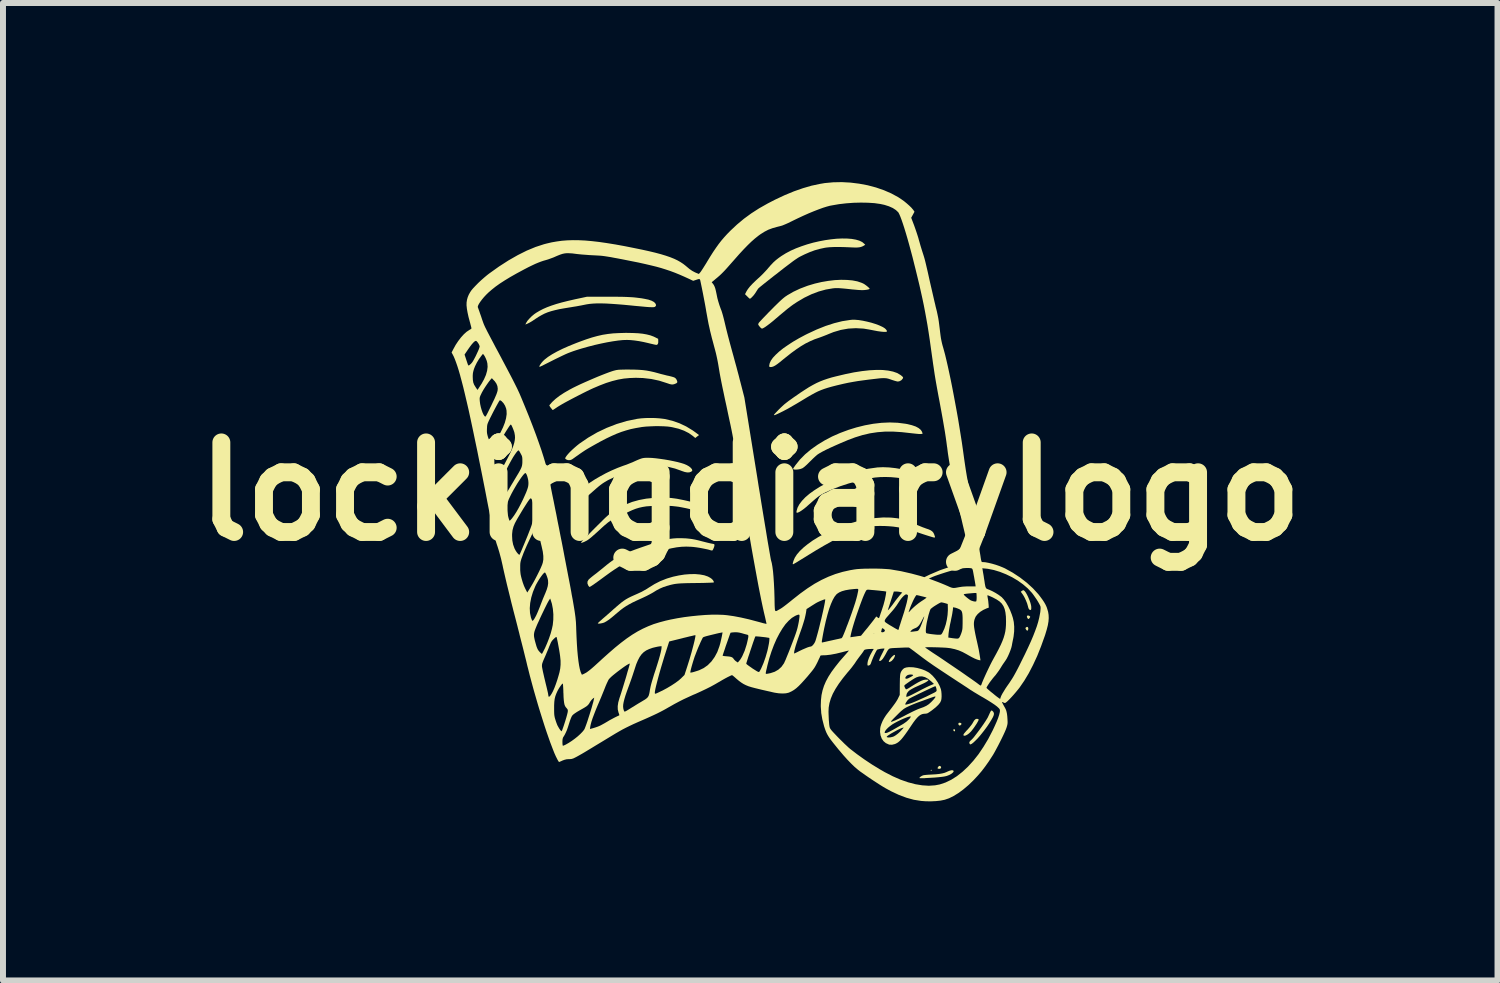
<source format=kicad_pcb>
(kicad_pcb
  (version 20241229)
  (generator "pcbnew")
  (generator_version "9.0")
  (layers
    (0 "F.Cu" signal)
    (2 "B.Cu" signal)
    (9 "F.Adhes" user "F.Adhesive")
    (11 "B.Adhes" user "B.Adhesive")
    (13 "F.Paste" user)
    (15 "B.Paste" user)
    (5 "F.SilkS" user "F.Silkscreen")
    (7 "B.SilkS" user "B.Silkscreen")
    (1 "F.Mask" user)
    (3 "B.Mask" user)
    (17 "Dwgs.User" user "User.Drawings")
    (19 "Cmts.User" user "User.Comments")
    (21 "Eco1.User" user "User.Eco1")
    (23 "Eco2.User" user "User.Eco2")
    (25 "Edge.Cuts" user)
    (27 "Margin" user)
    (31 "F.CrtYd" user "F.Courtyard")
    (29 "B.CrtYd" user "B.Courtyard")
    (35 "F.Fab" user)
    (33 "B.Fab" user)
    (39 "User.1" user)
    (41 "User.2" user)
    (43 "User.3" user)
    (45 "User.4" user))
  (footprint "lockingdiarylogo"
    (layer "F.Cu")
    (at 9.514 5.181)
    (property "Reference" "lockingdiarylogo" (at 0 0 0) (layer "F.SilkS") (effects (font (size 1.5 1.5) (thickness 0.3))))
    (attr board_only exclude_from_pos_files exclude_from_bom)
    (fp_poly (pts (xy 3.038 4.666) (xy 3.039 4.667) (xy 3.033 4.678) (xy 3.031 4.679) (xy 3.025 4.677) (xy 3.023 4.672) (xy 3.027 4.662) (xy 3.031 4.66)) (stroke (width 0) (type solid)) (fill yes) (layer "F.SilkS"))
    (fp_poly (pts (xy 3.426 3.987) (xy 3.431 3.999) (xy 3.428 4.013) (xy 3.417 4.017) (xy 3.407 4.011) (xy 3.403 4) (xy 3.402 3.992) (xy 3.407 3.981) (xy 3.416 3.98)) (stroke (width 0) (type solid)) (fill yes) (layer "F.SilkS"))
    (fp_poly (pts (xy 3.525 3.876) (xy 3.537 3.885) (xy 3.536 3.9) (xy 3.525 3.912) (xy 3.51 3.92) (xy 3.499 3.917) (xy 3.488 3.905) (xy 3.486 3.89) (xy 3.49 3.877) (xy 3.5 3.872)) (stroke (width 0) (type solid)) (fill yes) (layer "F.SilkS"))
    (fp_poly (pts (xy 4.668 2.08) (xy 4.679 2.087) (xy 4.688 2.095) (xy 4.688 2.104) (xy 4.68 2.117) (xy 4.667 2.133) (xy 4.656 2.135) (xy 4.643 2.122) (xy 4.641 2.118) (xy 4.633 2.097) (xy 4.636 2.083) (xy 4.649 2.076)) (stroke (width 0) (type solid)) (fill yes) (layer "F.SilkS"))
    (fp_poly (pts (xy 3.182 4.599) (xy 3.195 4.609) (xy 3.197 4.622) (xy 3.193 4.633) (xy 3.183 4.642) (xy 3.165 4.645) (xy 3.146 4.642) (xy 3.14 4.639) (xy 3.137 4.631) (xy 3.146 4.615) (xy 3.148 4.612) (xy 3.161 4.598) (xy 3.172 4.595)) (stroke (width 0) (type solid)) (fill yes) (layer "F.SilkS"))
    (fp_poly (pts (xy 4.645 2.269) (xy 4.652 2.276) (xy 4.657 2.292) (xy 4.656 2.307) (xy 4.649 2.326) (xy 4.64 2.331) (xy 4.633 2.328) (xy 4.623 2.317) (xy 4.615 2.304) (xy 4.609 2.29) (xy 4.614 2.28) (xy 4.619 2.276) (xy 4.634 2.267)) (stroke (width 0) (type solid)) (fill yes) (layer "F.SilkS"))
    (fp_poly (pts (xy 2.424 2.741) (xy 2.423 2.755) (xy 2.416 2.774) (xy 2.404 2.796) (xy 2.388 2.817) (xy 2.371 2.835) (xy 2.357 2.845) (xy 2.335 2.855) (xy 2.323 2.855) (xy 2.321 2.846) (xy 2.323 2.84) (xy 2.333 2.819) (xy 2.349 2.796) (xy 2.369 2.772) (xy 2.39 2.752) (xy 2.408 2.739) (xy 2.418 2.736)) (stroke (width 0) (type solid)) (fill yes) (layer "F.SilkS"))
    (fp_poly (pts (xy 4.581 1.655) (xy 4.596 1.668) (xy 4.597 1.669) (xy 4.616 1.694) (xy 4.637 1.731) (xy 4.657 1.773) (xy 4.676 1.819) (xy 4.692 1.863) (xy 4.702 1.901) (xy 4.706 1.925) (xy 4.707 1.958) (xy 4.704 1.977) (xy 4.697 1.985) (xy 4.684 1.983) (xy 4.674 1.977) (xy 4.665 1.966) (xy 4.656 1.943) (xy 4.65 1.919) (xy 4.637 1.874) (xy 4.617 1.824) (xy 4.594 1.775) (xy 4.57 1.733) (xy 4.556 1.713) (xy 4.531 1.679) (xy 4.548 1.666) (xy 4.567 1.654)) (stroke (width 0) (type solid)) (fill yes) (layer "F.SilkS"))
    (fp_poly (pts (xy 3.807 3.808) (xy 3.821 3.814) (xy 3.827 3.82) (xy 3.822 3.834) (xy 3.81 3.857) (xy 3.793 3.887) (xy 3.771 3.92) (xy 3.748 3.954) (xy 3.724 3.986) (xy 3.702 4.014) (xy 3.691 4.026) (xy 3.662 4.053) (xy 3.633 4.074) (xy 3.607 4.087) (xy 3.586 4.091) (xy 3.574 4.087) (xy 3.57 4.08) (xy 3.572 4.07) (xy 3.58 4.055) (xy 3.597 4.035) (xy 3.622 4.006) (xy 3.637 3.991) (xy 3.671 3.952) (xy 3.7 3.915) (xy 3.722 3.884) (xy 3.728 3.873) (xy 3.749 3.837) (xy 3.77 3.815) (xy 3.792 3.807)) (stroke (width 0) (type solid)) (fill yes) (layer "F.SilkS"))
    (fp_poly (pts (xy 3.391 4.669) (xy 3.404 4.676) (xy 3.407 4.687) (xy 3.398 4.703) (xy 3.377 4.722) (xy 3.36 4.733) (xy 3.339 4.745) (xy 3.317 4.754) (xy 3.293 4.763) (xy 3.266 4.77) (xy 3.233 4.776) (xy 3.192 4.781) (xy 3.144 4.786) (xy 3.085 4.791) (xy 3.014 4.795) (xy 2.929 4.8) (xy 2.923 4.801) (xy 2.879 4.802) (xy 2.85 4.802) (xy 2.836 4.8) (xy 2.834 4.798) (xy 2.84 4.786) (xy 2.857 4.773) (xy 2.879 4.76) (xy 2.901 4.752) (xy 2.919 4.749) (xy 2.948 4.746) (xy 2.985 4.743) (xy 3.026 4.741) (xy 3.042 4.74) (xy 3.111 4.736) (xy 3.167 4.73) (xy 3.213 4.722) (xy 3.253 4.712) (xy 3.289 4.698) (xy 3.303 4.691) (xy 3.339 4.676) (xy 3.368 4.669)) (stroke (width 0) (type solid)) (fill yes) (layer "F.SilkS"))
    (fp_poly (pts (xy 4.054 3.673) (xy 4.068 3.687) (xy 4.069 3.688) (xy 4.079 3.706) (xy 4.082 3.725) (xy 4.077 3.749) (xy 4.064 3.78) (xy 4.042 3.819) (xy 4.036 3.83) (xy 4.002 3.884) (xy 3.965 3.939) (xy 3.925 3.993) (xy 3.884 4.046) (xy 3.844 4.095) (xy 3.805 4.139) (xy 3.768 4.176) (xy 3.736 4.206) (xy 3.71 4.226) (xy 3.69 4.235) (xy 3.685 4.236) (xy 3.677 4.229) (xy 3.67 4.215) (xy 3.669 4.203) (xy 3.673 4.192) (xy 3.684 4.178) (xy 3.705 4.158) (xy 3.707 4.157) (xy 3.725 4.138) (xy 3.75 4.109) (xy 3.779 4.071) (xy 3.812 4.028) (xy 3.846 3.982) (xy 3.88 3.935) (xy 3.912 3.889) (xy 3.94 3.847) (xy 3.963 3.81) (xy 3.979 3.783) (xy 3.983 3.774) (xy 4.002 3.733) (xy 4.015 3.704) (xy 4.025 3.685) (xy 4.032 3.674) (xy 4.037 3.669) (xy 4.042 3.668)) (stroke (width 0) (type solid)) (fill yes) (layer "F.SilkS"))
    (fp_poly (pts (xy 2.469 -1.151) (xy 2.596 -1.135) (xy 2.631 -1.129) (xy 2.708 -1.11) (xy 2.772 -1.088) (xy 2.82 -1.062) (xy 2.855 -1.033) (xy 2.872 -1.009) (xy 2.881 -0.988) (xy 2.886 -0.973) (xy 2.887 -0.97) (xy 2.88 -0.965) (xy 2.859 -0.963) (xy 2.825 -0.963) (xy 2.78 -0.967) (xy 2.725 -0.973) (xy 2.689 -0.977) (xy 2.536 -0.994) (xy 2.394 -1.003) (xy 2.259 -1.003) (xy 2.131 -0.993) (xy 2.005 -0.974) (xy 1.881 -0.945) (xy 1.755 -0.906) (xy 1.625 -0.857) (xy 1.614 -0.852) (xy 1.512 -0.809) (xy 1.419 -0.768) (xy 1.337 -0.731) (xy 1.266 -0.697) (xy 1.206 -0.666) (xy 1.16 -0.64) (xy 1.127 -0.619) (xy 1.125 -0.617) (xy 1.107 -0.602) (xy 1.081 -0.579) (xy 1.05 -0.55) (xy 1.017 -0.517) (xy 0.996 -0.497) (xy 0.95 -0.451) (xy 0.911 -0.416) (xy 0.882 -0.394) (xy 0.869 -0.387) (xy 0.838 -0.376) (xy 0.801 -0.369) (xy 0.765 -0.366) (xy 0.734 -0.368) (xy 0.729 -0.37) (xy 0.721 -0.373) (xy 0.718 -0.377) (xy 0.721 -0.386) (xy 0.73 -0.401) (xy 0.746 -0.424) (xy 0.759 -0.443) (xy 0.833 -0.535) (xy 0.92 -0.623) (xy 1.019 -0.706) (xy 1.128 -0.783) (xy 1.246 -0.855) (xy 1.371 -0.921) (xy 1.503 -0.979) (xy 1.639 -1.03) (xy 1.778 -1.073) (xy 1.919 -1.108) (xy 2.06 -1.134) (xy 2.199 -1.15) (xy 2.336 -1.156)) (stroke (width 0) (type solid)) (fill yes) (layer "F.SilkS"))
    (fp_poly (pts (xy 1.817 -2.871) (xy 1.885 -2.86) (xy 1.956 -2.845) (xy 2.028 -2.827) (xy 2.098 -2.805) (xy 2.16 -2.782) (xy 2.214 -2.757) (xy 2.23 -2.748) (xy 2.256 -2.731) (xy 2.275 -2.712) (xy 2.287 -2.695) (xy 2.29 -2.682) (xy 2.287 -2.677) (xy 2.268 -2.673) (xy 2.236 -2.673) (xy 2.192 -2.677) (xy 2.134 -2.685) (xy 2.076 -2.696) (xy 2.03 -2.705) (xy 1.982 -2.714) (xy 1.939 -2.721) (xy 1.904 -2.727) (xy 1.895 -2.728) (xy 1.769 -2.735) (xy 1.643 -2.728) (xy 1.518 -2.706) (xy 1.396 -2.67) (xy 1.325 -2.642) (xy 1.282 -2.624) (xy 1.234 -2.605) (xy 1.189 -2.588) (xy 1.156 -2.576) (xy 1.078 -2.549) (xy 1.002 -2.516) (xy 0.927 -2.479) (xy 0.851 -2.434) (xy 0.772 -2.381) (xy 0.688 -2.32) (xy 0.597 -2.248) (xy 0.546 -2.207) (xy 0.495 -2.165) (xy 0.453 -2.133) (xy 0.419 -2.11) (xy 0.391 -2.095) (xy 0.367 -2.087) (xy 0.347 -2.084) (xy 0.347 -2.084) (xy 0.328 -2.085) (xy 0.32 -2.09) (xy 0.318 -2.105) (xy 0.318 -2.108) (xy 0.326 -2.148) (xy 0.346 -2.192) (xy 0.38 -2.24) (xy 0.427 -2.29) (xy 0.484 -2.343) (xy 0.553 -2.398) (xy 0.632 -2.453) (xy 0.72 -2.51) (xy 0.818 -2.567) (xy 0.923 -2.623) (xy 0.959 -2.641) (xy 1.114 -2.713) (xy 1.262 -2.772) (xy 1.404 -2.818) (xy 1.54 -2.852) (xy 1.669 -2.872) (xy 1.705 -2.876) (xy 1.756 -2.876)) (stroke (width 0) (type solid)) (fill yes) (layer "F.SilkS"))
    (fp_poly (pts (xy -1.594 -1.23) (xy -1.519 -1.225) (xy -1.453 -1.217) (xy -1.431 -1.214) (xy -1.304 -1.184) (xy -1.186 -1.143) (xy -1.072 -1.089) (xy -0.962 -1.022) (xy -0.908 -0.983) (xy -0.857 -0.945) (xy -0.889 -0.921) (xy -0.92 -0.896) (xy -0.962 -0.931) (xy -1.029 -0.978) (xy -1.108 -1.018) (xy -1.199 -1.051) (xy -1.3 -1.075) (xy -1.33 -1.081) (xy -1.384 -1.088) (xy -1.449 -1.092) (xy -1.521 -1.094) (xy -1.597 -1.094) (xy -1.674 -1.091) (xy -1.747 -1.087) (xy -1.813 -1.08) (xy -1.83 -1.077) (xy -1.917 -1.062) (xy -1.999 -1.045) (xy -2.078 -1.023) (xy -2.157 -0.998) (xy -2.238 -0.967) (xy -2.322 -0.93) (xy -2.412 -0.887) (xy -2.51 -0.836) (xy -2.611 -0.78) (xy -2.671 -0.746) (xy -2.721 -0.717) (xy -2.765 -0.69) (xy -2.807 -0.662) (xy -2.851 -0.632) (xy -2.887 -0.606) (xy -2.919 -0.584) (xy -2.948 -0.563) (xy -2.972 -0.546) (xy -2.987 -0.536) (xy -2.987 -0.536) (xy -3.017 -0.525) (xy -3.052 -0.525) (xy -3.078 -0.535) (xy -3.093 -0.545) (xy -3.099 -0.554) (xy -3.099 -0.554) (xy -3.093 -0.571) (xy -3.077 -0.595) (xy -3.053 -0.625) (xy -3.021 -0.66) (xy -2.983 -0.697) (xy -2.942 -0.734) (xy -2.899 -0.771) (xy -2.86 -0.802) (xy -2.715 -0.901) (xy -2.562 -0.99) (xy -2.402 -1.066) (xy -2.237 -1.13) (xy -2.07 -1.18) (xy -1.901 -1.215) (xy -1.891 -1.217) (xy -1.826 -1.225) (xy -1.752 -1.23) (xy -1.673 -1.231)) (stroke (width 0) (type solid)) (fill yes) (layer "F.SilkS"))
    (fp_poly (pts (xy 2.325 -0.403) (xy 2.434 -0.391) (xy 2.549 -0.371) (xy 2.666 -0.344) (xy 2.691 -0.337) (xy 2.731 -0.326) (xy 2.772 -0.312) (xy 2.812 -0.298) (xy 2.848 -0.283) (xy 2.878 -0.27) (xy 2.899 -0.259) (xy 2.909 -0.251) (xy 2.91 -0.25) (xy 2.903 -0.242) (xy 2.884 -0.234) (xy 2.857 -0.225) (xy 2.824 -0.217) (xy 2.788 -0.212) (xy 2.787 -0.212) (xy 2.751 -0.209) (xy 2.707 -0.208) (xy 2.653 -0.211) (xy 2.589 -0.216) (xy 2.513 -0.224) (xy 2.448 -0.232) (xy 2.358 -0.24) (xy 2.265 -0.243) (xy 2.174 -0.241) (xy 2.092 -0.234) (xy 2.072 -0.231) (xy 1.933 -0.206) (xy 1.79 -0.174) (xy 1.648 -0.134) (xy 1.51 -0.089) (xy 1.38 -0.039) (xy 1.268 0.011) (xy 1.231 0.03) (xy 1.198 0.048) (xy 1.167 0.067) (xy 1.137 0.088) (xy 1.104 0.114) (xy 1.067 0.145) (xy 1.023 0.184) (xy 0.982 0.22) (xy 0.936 0.261) (xy 0.892 0.296) (xy 0.853 0.324) (xy 0.82 0.344) (xy 0.796 0.354) (xy 0.786 0.356) (xy 0.777 0.354) (xy 0.774 0.346) (xy 0.776 0.328) (xy 0.777 0.324) (xy 0.793 0.27) (xy 0.823 0.214) (xy 0.867 0.156) (xy 0.923 0.097) (xy 0.992 0.038) (xy 1.073 -0.02) (xy 1.164 -0.078) (xy 1.266 -0.135) (xy 1.322 -0.163) (xy 1.487 -0.237) (xy 1.651 -0.298) (xy 1.814 -0.346) (xy 1.975 -0.381) (xy 2.131 -0.403) (xy 2.131 -0.403) (xy 2.223 -0.407)) (stroke (width 0) (type solid)) (fill yes) (layer "F.SilkS"))
    (fp_poly (pts (xy -1.964 -2.654) (xy -1.876 -2.65) (xy -1.8 -2.642) (xy -1.733 -2.63) (xy -1.673 -2.615) (xy -1.619 -2.595) (xy -1.592 -2.582) (xy -1.542 -2.557) (xy -1.54 -2.522) (xy -1.541 -2.487) (xy -1.55 -2.465) (xy -1.567 -2.455) (xy -1.571 -2.455) (xy -1.585 -2.457) (xy -1.61 -2.462) (xy -1.643 -2.47) (xy -1.682 -2.479) (xy -1.706 -2.485) (xy -1.784 -2.503) (xy -1.862 -2.518) (xy -1.938 -2.529) (xy -2.008 -2.536) (xy -2.064 -2.538) (xy -2.132 -2.536) (xy -2.212 -2.528) (xy -2.301 -2.515) (xy -2.399 -2.498) (xy -2.501 -2.477) (xy -2.607 -2.453) (xy -2.715 -2.425) (xy -2.821 -2.395) (xy -2.861 -2.383) (xy -2.915 -2.366) (xy -2.963 -2.35) (xy -3.007 -2.334) (xy -3.049 -2.318) (xy -3.093 -2.299) (xy -3.14 -2.277) (xy -3.194 -2.251) (xy -3.258 -2.22) (xy -3.304 -2.197) (xy -3.365 -2.166) (xy -3.415 -2.141) (xy -3.453 -2.122) (xy -3.482 -2.107) (xy -3.503 -2.098) (xy -3.517 -2.091) (xy -3.525 -2.088) (xy -3.529 -2.088) (xy -3.531 -2.09) (xy -3.531 -2.092) (xy -3.531 -2.094) (xy -3.526 -2.11) (xy -3.512 -2.132) (xy -3.493 -2.158) (xy -3.47 -2.184) (xy -3.446 -2.207) (xy -3.445 -2.208) (xy -3.386 -2.254) (xy -3.316 -2.299) (xy -3.235 -2.344) (xy -3.142 -2.39) (xy -3.036 -2.437) (xy -2.917 -2.485) (xy -2.857 -2.508) (xy -2.749 -2.547) (xy -2.651 -2.579) (xy -2.56 -2.604) (xy -2.472 -2.624) (xy -2.384 -2.638) (xy -2.294 -2.648) (xy -2.197 -2.653) (xy -2.091 -2.656) (xy -2.065 -2.656)) (stroke (width 0) (type solid)) (fill yes) (layer "F.SilkS"))
    (fp_poly (pts (xy -2.395 -3.262) (xy -2.296 -3.262) (xy -2.21 -3.261) (xy -2.136 -3.26) (xy -2.071 -3.258) (xy -2.013 -3.255) (xy -1.961 -3.252) (xy -1.912 -3.247) (xy -1.865 -3.241) (xy -1.817 -3.235) (xy -1.773 -3.227) (xy -1.705 -3.213) (xy -1.652 -3.195) (xy -1.613 -3.174) (xy -1.591 -3.153) (xy -1.579 -3.13) (xy -1.578 -3.113) (xy -1.59 -3.097) (xy -1.591 -3.096) (xy -1.597 -3.092) (xy -1.606 -3.089) (xy -1.619 -3.087) (xy -1.638 -3.086) (xy -1.663 -3.087) (xy -1.697 -3.088) (xy -1.739 -3.091) (xy -1.792 -3.096) (xy -1.857 -3.102) (xy -1.935 -3.109) (xy -1.993 -3.115) (xy -2.118 -3.127) (xy -2.23 -3.136) (xy -2.329 -3.143) (xy -2.417 -3.148) (xy -2.496 -3.15) (xy -2.566 -3.15) (xy -2.63 -3.147) (xy -2.687 -3.142) (xy -2.74 -3.134) (xy -2.79 -3.124) (xy -2.796 -3.123) (xy -2.824 -3.117) (xy -2.863 -3.11) (xy -2.911 -3.101) (xy -2.962 -3.093) (xy -3.014 -3.084) (xy -3.016 -3.084) (xy -3.113 -3.068) (xy -3.198 -3.053) (xy -3.272 -3.036) (xy -3.336 -3.019) (xy -3.394 -3) (xy -3.447 -2.978) (xy -3.497 -2.952) (xy -3.547 -2.923) (xy -3.596 -2.891) (xy -3.651 -2.854) (xy -3.697 -2.827) (xy -3.738 -2.807) (xy -3.747 -2.804) (xy -3.766 -2.796) (xy -3.75 -2.828) (xy -3.729 -2.861) (xy -3.697 -2.897) (xy -3.659 -2.935) (xy -3.617 -2.97) (xy -3.582 -2.994) (xy -3.528 -3.026) (xy -3.468 -3.057) (xy -3.402 -3.086) (xy -3.329 -3.113) (xy -3.247 -3.14) (xy -3.155 -3.166) (xy -3.051 -3.192) (xy -2.934 -3.219) (xy -2.868 -3.233) (xy -2.732 -3.262)) (stroke (width 0) (type solid)) (fill yes) (layer "F.SilkS"))
    (fp_poly (pts (xy 2.35 0.437) (xy 2.387 0.44) (xy 2.466 0.449) (xy 2.537 0.462) (xy 2.603 0.48) (xy 2.672 0.505) (xy 2.743 0.537) (xy 2.789 0.558) (xy 2.839 0.579) (xy 2.888 0.599) (xy 2.93 0.614) (xy 2.939 0.618) (xy 2.987 0.634) (xy 3.022 0.65) (xy 3.047 0.667) (xy 3.065 0.687) (xy 3.078 0.711) (xy 3.084 0.728) (xy 3.092 0.751) (xy 3.095 0.764) (xy 3.092 0.769) (xy 3.085 0.771) (xy 3.084 0.772) (xy 3.073 0.77) (xy 3.05 0.764) (xy 3.017 0.754) (xy 2.975 0.741) (xy 2.928 0.726) (xy 2.888 0.713) (xy 2.786 0.679) (xy 2.694 0.651) (xy 2.612 0.629) (xy 2.536 0.611) (xy 2.465 0.598) (xy 2.395 0.588) (xy 2.324 0.582) (xy 2.251 0.578) (xy 2.249 0.578) (xy 2.167 0.577) (xy 2.095 0.579) (xy 2.029 0.585) (xy 1.963 0.596) (xy 1.894 0.611) (xy 1.882 0.614) (xy 1.796 0.639) (xy 1.703 0.673) (xy 1.6 0.717) (xy 1.489 0.77) (xy 1.368 0.833) (xy 1.237 0.906) (xy 1.096 0.989) (xy 0.974 1.064) (xy 0.905 1.107) (xy 0.846 1.143) (xy 0.798 1.173) (xy 0.76 1.196) (xy 0.733 1.211) (xy 0.718 1.219) (xy 0.716 1.22) (xy 0.713 1.214) (xy 0.712 1.21) (xy 0.714 1.197) (xy 0.72 1.176) (xy 0.724 1.162) (xy 0.746 1.11) (xy 0.782 1.054) (xy 0.831 0.997) (xy 0.892 0.939) (xy 0.965 0.88) (xy 1.047 0.821) (xy 1.139 0.764) (xy 1.24 0.708) (xy 1.251 0.703) (xy 1.387 0.638) (xy 1.528 0.582) (xy 1.671 0.533) (xy 1.814 0.494) (xy 1.955 0.465) (xy 2.093 0.445) (xy 2.226 0.435)) (stroke (width 0) (type solid)) (fill yes) (layer "F.SilkS"))
    (fp_poly (pts (xy -1.697 -0.564) (xy -1.645 -0.562) (xy -1.581 -0.556) (xy -1.511 -0.547) (xy -1.435 -0.536) (xy -1.359 -0.523) (xy -1.285 -0.508) (xy -1.217 -0.493) (xy -1.157 -0.477) (xy -1.109 -0.462) (xy -1.106 -0.461) (xy -1.062 -0.442) (xy -1.024 -0.42) (xy -0.995 -0.396) (xy -0.976 -0.373) (xy -0.97 -0.353) (xy -0.976 -0.342) (xy -0.991 -0.33) (xy -0.992 -0.33) (xy -1.021 -0.32) (xy -1.055 -0.319) (xy -1.097 -0.327) (xy -1.148 -0.344) (xy -1.157 -0.348) (xy -1.259 -0.384) (xy -1.362 -0.41) (xy -1.463 -0.426) (xy -1.558 -0.431) (xy -1.598 -0.429) (xy -1.68 -0.419) (xy -1.772 -0.399) (xy -1.873 -0.369) (xy -1.907 -0.357) (xy -1.949 -0.342) (xy -1.993 -0.328) (xy -2.033 -0.316) (xy -2.055 -0.311) (xy -2.176 -0.276) (xy -2.284 -0.236) (xy -2.38 -0.191) (xy -2.441 -0.155) (xy -2.472 -0.135) (xy -2.502 -0.113) (xy -2.534 -0.088) (xy -2.57 -0.058) (xy -2.613 -0.02) (xy -2.645 0.008) (xy -2.696 0.053) (xy -2.741 0.089) (xy -2.78 0.117) (xy -2.819 0.138) (xy -2.858 0.156) (xy -2.9 0.17) (xy -2.911 0.171) (xy -2.918 0.164) (xy -2.921 0.149) (xy -2.922 0.112) (xy -2.909 0.073) (xy -2.883 0.03) (xy -2.843 -0.017) (xy -2.814 -0.046) (xy -2.754 -0.097) (xy -2.682 -0.15) (xy -2.599 -0.204) (xy -2.509 -0.256) (xy -2.415 -0.307) (xy -2.317 -0.354) (xy -2.219 -0.396) (xy -2.123 -0.432) (xy -2.12 -0.433) (xy -2.073 -0.449) (xy -2.021 -0.47) (xy -1.97 -0.49) (xy -1.94 -0.504) (xy -1.893 -0.525) (xy -1.857 -0.54) (xy -1.827 -0.551) (xy -1.802 -0.558) (xy -1.777 -0.562) (xy -1.749 -0.564) (xy -1.714 -0.564)) (stroke (width 0) (type solid)) (fill yes) (layer "F.SilkS"))
    (fp_poly (pts (xy 2.217 -2.035) (xy 2.31 -2.025) (xy 2.392 -2.008) (xy 2.461 -1.984) (xy 2.517 -1.951) (xy 2.535 -1.937) (xy 2.552 -1.922) (xy 2.56 -1.911) (xy 2.559 -1.901) (xy 2.554 -1.89) (xy 2.533 -1.865) (xy 2.504 -1.848) (xy 2.473 -1.841) (xy 2.456 -1.844) (xy 2.429 -1.851) (xy 2.397 -1.861) (xy 2.378 -1.867) (xy 2.341 -1.88) (xy 2.309 -1.89) (xy 2.28 -1.896) (xy 2.25 -1.898) (xy 2.217 -1.898) (xy 2.176 -1.896) (xy 2.124 -1.89) (xy 2.098 -1.887) (xy 1.987 -1.874) (xy 1.889 -1.861) (xy 1.801 -1.849) (xy 1.719 -1.835) (xy 1.642 -1.821) (xy 1.567 -1.805) (xy 1.49 -1.787) (xy 1.444 -1.776) (xy 1.366 -1.756) (xy 1.299 -1.737) (xy 1.24 -1.718) (xy 1.186 -1.698) (xy 1.134 -1.676) (xy 1.08 -1.649) (xy 1.022 -1.617) (xy 0.956 -1.579) (xy 0.923 -1.559) (xy 0.844 -1.511) (xy 0.777 -1.471) (xy 0.718 -1.437) (xy 0.668 -1.408) (xy 0.624 -1.383) (xy 0.584 -1.362) (xy 0.548 -1.343) (xy 0.513 -1.326) (xy 0.504 -1.321) (xy 0.459 -1.3) (xy 0.426 -1.285) (xy 0.405 -1.278) (xy 0.397 -1.279) (xy 0.401 -1.289) (xy 0.416 -1.307) (xy 0.443 -1.335) (xy 0.479 -1.373) (xy 0.513 -1.406) (xy 0.544 -1.435) (xy 0.574 -1.462) (xy 0.607 -1.488) (xy 0.643 -1.516) (xy 0.687 -1.547) (xy 0.74 -1.585) (xy 0.751 -1.592) (xy 0.837 -1.652) (xy 0.915 -1.703) (xy 0.984 -1.747) (xy 1.049 -1.784) (xy 1.11 -1.816) (xy 1.17 -1.843) (xy 1.231 -1.867) (xy 1.296 -1.889) (xy 1.365 -1.91) (xy 1.436 -1.928) (xy 1.591 -1.965) (xy 1.737 -1.995) (xy 1.872 -2.016) (xy 1.998 -2.03) (xy 2.113 -2.036)) (stroke (width 0) (type solid)) (fill yes) (layer "F.SilkS"))
    (fp_poly (pts (xy 1.62 -3.543) (xy 1.711 -3.535) (xy 1.794 -3.519) (xy 1.865 -3.495) (xy 1.894 -3.482) (xy 1.916 -3.469) (xy 1.941 -3.451) (xy 1.965 -3.432) (xy 1.985 -3.414) (xy 1.998 -3.4) (xy 2 -3.394) (xy 1.993 -3.389) (xy 1.975 -3.383) (xy 1.948 -3.378) (xy 1.917 -3.374) (xy 1.884 -3.372) (xy 1.873 -3.372) (xy 1.846 -3.373) (xy 1.809 -3.375) (xy 1.766 -3.379) (xy 1.722 -3.383) (xy 1.716 -3.383) (xy 1.646 -3.391) (xy 1.588 -3.397) (xy 1.542 -3.401) (xy 1.504 -3.404) (xy 1.474 -3.406) (xy 1.448 -3.406) (xy 1.426 -3.406) (xy 1.404 -3.404) (xy 1.384 -3.402) (xy 1.266 -3.382) (xy 1.146 -3.349) (xy 1.025 -3.303) (xy 0.905 -3.245) (xy 0.788 -3.176) (xy 0.77 -3.164) (xy 0.733 -3.14) (xy 0.699 -3.116) (xy 0.666 -3.091) (xy 0.632 -3.065) (xy 0.594 -3.034) (xy 0.551 -2.998) (xy 0.5 -2.956) (xy 0.44 -2.904) (xy 0.439 -2.904) (xy 0.382 -2.855) (xy 0.331 -2.814) (xy 0.286 -2.78) (xy 0.248 -2.753) (xy 0.219 -2.736) (xy 0.2 -2.728) (xy 0.197 -2.728) (xy 0.184 -2.734) (xy 0.168 -2.749) (xy 0.156 -2.763) (xy 0.141 -2.783) (xy 0.134 -2.796) (xy 0.135 -2.806) (xy 0.141 -2.819) (xy 0.142 -2.822) (xy 0.15 -2.832) (xy 0.168 -2.852) (xy 0.194 -2.88) (xy 0.227 -2.915) (xy 0.265 -2.954) (xy 0.307 -2.998) (xy 0.349 -3.04) (xy 0.402 -3.094) (xy 0.447 -3.138) (xy 0.484 -3.174) (xy 0.515 -3.203) (xy 0.542 -3.227) (xy 0.566 -3.247) (xy 0.588 -3.264) (xy 0.611 -3.279) (xy 0.619 -3.285) (xy 0.721 -3.344) (xy 0.831 -3.396) (xy 0.954 -3.443) (xy 0.972 -3.449) (xy 1.083 -3.482) (xy 1.195 -3.508) (xy 1.307 -3.527) (xy 1.416 -3.54) (xy 1.521 -3.545)) (stroke (width 0) (type solid)) (fill yes) (layer "F.SilkS"))
    (fp_poly (pts (xy 1.622 -4.236) (xy 1.699 -4.23) (xy 1.768 -4.218) (xy 1.827 -4.201) (xy 1.876 -4.177) (xy 1.908 -4.15) (xy 1.926 -4.132) (xy 1.901 -4.116) (xy 1.878 -4.104) (xy 1.853 -4.095) (xy 1.825 -4.089) (xy 1.79 -4.086) (xy 1.746 -4.086) (xy 1.69 -4.088) (xy 1.672 -4.089) (xy 1.572 -4.093) (xy 1.481 -4.095) (xy 1.4 -4.094) (xy 1.33 -4.091) (xy 1.273 -4.085) (xy 1.248 -4.081) (xy 1.161 -4.062) (xy 1.079 -4.039) (xy 0.998 -4.009) (xy 0.913 -3.972) (xy 0.862 -3.947) (xy 0.84 -3.936) (xy 0.819 -3.925) (xy 0.798 -3.912) (xy 0.774 -3.896) (xy 0.747 -3.878) (xy 0.715 -3.855) (xy 0.678 -3.827) (xy 0.633 -3.793) (xy 0.58 -3.753) (xy 0.517 -3.704) (xy 0.464 -3.662) (xy 0.404 -3.616) (xy 0.347 -3.571) (xy 0.294 -3.529) (xy 0.247 -3.492) (xy 0.207 -3.46) (xy 0.175 -3.434) (xy 0.152 -3.415) (xy 0.14 -3.404) (xy 0.138 -3.403) (xy 0.126 -3.387) (xy 0.11 -3.362) (xy 0.093 -3.335) (xy 0.092 -3.333) (xy 0.074 -3.307) (xy 0.053 -3.28) (xy 0.031 -3.257) (xy 0.012 -3.238) (xy -0.003 -3.229) (xy -0.006 -3.228) (xy -0.014 -3.233) (xy -0.029 -3.246) (xy -0.048 -3.265) (xy -0.049 -3.266) (xy -0.087 -3.304) (xy -0.061 -3.355) (xy -0.038 -3.391) (xy -0.004 -3.434) (xy 0.043 -3.484) (xy 0.102 -3.541) (xy 0.165 -3.598) (xy 0.194 -3.626) (xy 0.228 -3.661) (xy 0.264 -3.699) (xy 0.297 -3.736) (xy 0.299 -3.739) (xy 0.345 -3.792) (xy 0.387 -3.836) (xy 0.43 -3.875) (xy 0.476 -3.911) (xy 0.523 -3.944) (xy 0.597 -3.99) (xy 0.678 -4.033) (xy 0.766 -4.072) (xy 0.859 -4.107) (xy 0.955 -4.139) (xy 1.054 -4.167) (xy 1.154 -4.19) (xy 1.254 -4.209) (xy 1.352 -4.223) (xy 1.446 -4.233) (xy 1.537 -4.237)) (stroke (width 0) (type solid)) (fill yes) (layer "F.SilkS"))
    (fp_poly (pts (xy -1.941 -2.041) (xy -1.865 -2.038) (xy -1.798 -2.033) (xy -1.735 -2.025) (xy -1.672 -2.013) (xy -1.606 -1.998) (xy -1.543 -1.981) (xy -1.497 -1.968) (xy -1.444 -1.955) (xy -1.394 -1.942) (xy -1.364 -1.936) (xy -1.32 -1.925) (xy -1.288 -1.916) (xy -1.266 -1.907) (xy -1.251 -1.896) (xy -1.24 -1.883) (xy -1.232 -1.869) (xy -1.222 -1.844) (xy -1.222 -1.827) (xy -1.233 -1.815) (xy -1.247 -1.808) (xy -1.274 -1.797) (xy -1.298 -1.792) (xy -1.321 -1.793) (xy -1.349 -1.799) (xy -1.384 -1.811) (xy -1.402 -1.817) (xy -1.525 -1.856) (xy -1.656 -1.884) (xy -1.795 -1.9) (xy -1.917 -1.904) (xy -2.019 -1.9) (xy -2.117 -1.891) (xy -2.213 -1.874) (xy -2.312 -1.849) (xy -2.414 -1.817) (xy -2.523 -1.775) (xy -2.629 -1.73) (xy -2.679 -1.707) (xy -2.737 -1.679) (xy -2.799 -1.648) (xy -2.864 -1.615) (xy -2.93 -1.581) (xy -2.995 -1.547) (xy -3.057 -1.514) (xy -3.114 -1.483) (xy -3.163 -1.455) (xy -3.203 -1.431) (xy -3.232 -1.413) (xy -3.233 -1.412) (xy -3.261 -1.393) (xy -3.285 -1.377) (xy -3.301 -1.367) (xy -3.307 -1.364) (xy -3.313 -1.369) (xy -3.325 -1.384) (xy -3.338 -1.399) (xy -3.352 -1.419) (xy -3.362 -1.435) (xy -3.364 -1.441) (xy -3.36 -1.449) (xy -3.346 -1.465) (xy -3.327 -1.487) (xy -3.31 -1.505) (xy -3.259 -1.552) (xy -3.194 -1.602) (xy -3.118 -1.652) (xy -3.032 -1.702) (xy -2.966 -1.737) (xy -2.909 -1.765) (xy -2.844 -1.796) (xy -2.773 -1.828) (xy -2.7 -1.86) (xy -2.626 -1.892) (xy -2.553 -1.923) (xy -2.483 -1.951) (xy -2.419 -1.976) (xy -2.363 -1.997) (xy -2.317 -2.013) (xy -2.288 -2.022) (xy -2.265 -2.028) (xy -2.245 -2.033) (xy -2.224 -2.036) (xy -2.201 -2.039) (xy -2.173 -2.04) (xy -2.138 -2.041) (xy -2.093 -2.042) (xy -2.035 -2.042) (xy -2.027 -2.042)) (stroke (width 0) (type solid)) (fill yes) (layer "F.SilkS"))
    (fp_poly (pts (xy -0.842 1.39) (xy -0.77 1.403) (xy -0.709 1.424) (xy -0.667 1.447) (xy -0.644 1.464) (xy -0.625 1.484) (xy -0.613 1.503) (xy -0.609 1.518) (xy -0.611 1.523) (xy -0.62 1.525) (xy -0.642 1.526) (xy -0.676 1.528) (xy -0.72 1.529) (xy -0.773 1.531) (xy -0.832 1.532) (xy -0.896 1.533) (xy -0.906 1.533) (xy -0.988 1.534) (xy -1.057 1.535) (xy -1.115 1.537) (xy -1.163 1.539) (xy -1.205 1.542) (xy -1.242 1.546) (xy -1.275 1.551) (xy -1.308 1.558) (xy -1.342 1.566) (xy -1.378 1.577) (xy -1.391 1.58) (xy -1.455 1.601) (xy -1.513 1.626) (xy -1.572 1.657) (xy -1.618 1.686) (xy -1.647 1.703) (xy -1.686 1.724) (xy -1.732 1.748) (xy -1.782 1.772) (xy -1.83 1.794) (xy -1.907 1.829) (xy -1.972 1.86) (xy -2.028 1.89) (xy -2.079 1.92) (xy -2.126 1.951) (xy -2.172 1.986) (xy -2.221 2.027) (xy -2.251 2.052) (xy -2.312 2.104) (xy -2.364 2.145) (xy -2.409 2.175) (xy -2.446 2.195) (xy -2.455 2.198) (xy -2.479 2.205) (xy -2.505 2.21) (xy -2.528 2.213) (xy -2.545 2.212) (xy -2.553 2.208) (xy -2.552 2.206) (xy -2.546 2.199) (xy -2.53 2.184) (xy -2.508 2.164) (xy -2.489 2.148) (xy -2.466 2.127) (xy -2.433 2.099) (xy -2.394 2.065) (xy -2.352 2.028) (xy -2.309 1.99) (xy -2.293 1.975) (xy -2.239 1.928) (xy -2.193 1.889) (xy -2.153 1.856) (xy -2.116 1.829) (xy -2.08 1.805) (xy -2.041 1.783) (xy -1.997 1.761) (xy -1.946 1.738) (xy -1.885 1.711) (xy -1.855 1.697) (xy -1.818 1.68) (xy -1.775 1.656) (xy -1.731 1.631) (xy -1.699 1.61) (xy -1.602 1.55) (xy -1.508 1.502) (xy -1.41 1.463) (xy -1.387 1.455) (xy -1.292 1.427) (xy -1.195 1.406) (xy -1.1 1.391) (xy -1.009 1.384) (xy -0.922 1.383)) (stroke (width 0) (type solid)) (fill yes) (layer "F.SilkS"))
    (fp_poly (pts (xy -1.421 0.104) (xy -1.371 0.106) (xy -1.323 0.109) (xy -1.276 0.115) (xy -1.226 0.122) (xy -1.171 0.133) (xy -1.106 0.146) (xy -1.031 0.163) (xy -1.028 0.164) (xy -0.944 0.183) (xy -0.875 0.201) (xy -0.819 0.218) (xy -0.776 0.234) (xy -0.745 0.249) (xy -0.724 0.265) (xy -0.714 0.283) (xy -0.714 0.301) (xy -0.723 0.322) (xy -0.739 0.346) (xy -0.756 0.365) (xy -0.77 0.378) (xy -0.779 0.381) (xy -0.791 0.375) (xy -0.827 0.356) (xy -0.875 0.336) (xy -0.934 0.316) (xy -1.001 0.297) (xy -1.074 0.28) (xy -1.15 0.265) (xy -1.199 0.256) (xy -1.238 0.251) (xy -1.275 0.247) (xy -1.312 0.243) (xy -1.354 0.241) (xy -1.403 0.24) (xy -1.462 0.24) (xy -1.497 0.24) (xy -1.589 0.24) (xy -1.669 0.244) (xy -1.739 0.249) (xy -1.802 0.259) (xy -1.86 0.272) (xy -1.916 0.289) (xy -1.973 0.311) (xy -2.032 0.338) (xy -2.052 0.348) (xy -2.095 0.369) (xy -2.139 0.389) (xy -2.18 0.408) (xy -2.212 0.422) (xy -2.219 0.424) (xy -2.273 0.448) (xy -2.326 0.479) (xy -2.382 0.519) (xy -2.442 0.569) (xy -2.482 0.605) (xy -2.54 0.659) (xy -2.589 0.703) (xy -2.629 0.738) (xy -2.662 0.767) (xy -2.689 0.789) (xy -2.712 0.806) (xy -2.731 0.819) (xy -2.744 0.826) (xy -2.78 0.844) (xy -2.808 0.855) (xy -2.826 0.859) (xy -2.834 0.856) (xy -2.834 0.855) (xy -2.829 0.848) (xy -2.814 0.832) (xy -2.791 0.807) (xy -2.76 0.775) (xy -2.723 0.737) (xy -2.681 0.693) (xy -2.635 0.646) (xy -2.609 0.62) (xy -2.55 0.561) (xy -2.5 0.512) (xy -2.459 0.471) (xy -2.424 0.437) (xy -2.394 0.41) (xy -2.369 0.388) (xy -2.346 0.369) (xy -2.324 0.353) (xy -2.307 0.342) (xy -2.198 0.274) (xy -2.089 0.219) (xy -1.978 0.175) (xy -1.863 0.143) (xy -1.742 0.12) (xy -1.612 0.107) (xy -1.478 0.104)) (stroke (width 0) (type solid)) (fill yes) (layer "F.SilkS"))
    (fp_poly (pts (xy -1.147 0.782) (xy -1.13 0.783) (xy -1.076 0.785) (xy -1.026 0.79) (xy -0.977 0.796) (xy -0.927 0.805) (xy -0.87 0.818) (xy -0.805 0.835) (xy -0.765 0.845) (xy -0.726 0.855) (xy -0.688 0.864) (xy -0.656 0.871) (xy -0.635 0.875) (xy -0.635 0.875) (xy -0.613 0.879) (xy -0.602 0.884) (xy -0.599 0.894) (xy -0.599 0.9) (xy -0.602 0.919) (xy -0.61 0.943) (xy -0.62 0.966) (xy -0.63 0.983) (xy -0.635 0.988) (xy -0.646 0.988) (xy -0.665 0.984) (xy -0.674 0.981) (xy -0.705 0.972) (xy -0.747 0.963) (xy -0.797 0.953) (xy -0.85 0.943) (xy -0.903 0.935) (xy -0.952 0.929) (xy -0.989 0.926) (xy -1.071 0.923) (xy -1.151 0.926) (xy -1.232 0.935) (xy -1.318 0.951) (xy -1.412 0.973) (xy -1.479 0.992) (xy -1.557 1.015) (xy -1.635 1.038) (xy -1.71 1.06) (xy -1.781 1.082) (xy -1.847 1.103) (xy -1.906 1.122) (xy -1.956 1.138) (xy -1.996 1.152) (xy -2.024 1.162) (xy -2.033 1.166) (xy -2.081 1.19) (xy -2.137 1.222) (xy -2.201 1.26) (xy -2.269 1.304) (xy -2.338 1.351) (xy -2.407 1.401) (xy -2.425 1.414) (xy -2.493 1.464) (xy -2.552 1.507) (xy -2.601 1.542) (xy -2.64 1.569) (xy -2.669 1.588) (xy -2.686 1.597) (xy -2.69 1.599) (xy -2.699 1.593) (xy -2.71 1.578) (xy -2.713 1.574) (xy -2.726 1.54) (xy -2.725 1.508) (xy -2.708 1.478) (xy -2.708 1.478) (xy -2.694 1.464) (xy -2.671 1.444) (xy -2.643 1.421) (xy -2.611 1.396) (xy -2.574 1.368) (xy -2.532 1.334) (xy -2.488 1.299) (xy -2.451 1.269) (xy -2.404 1.23) (xy -2.358 1.194) (xy -2.314 1.162) (xy -2.27 1.133) (xy -2.225 1.105) (xy -2.176 1.079) (xy -2.124 1.053) (xy -2.065 1.027) (xy -2 1) (xy -1.926 0.972) (xy -1.842 0.942) (xy -1.746 0.909) (xy -1.638 0.872) (xy -1.603 0.86) (xy -1.515 0.832) (xy -1.436 0.811) (xy -1.363 0.796) (xy -1.293 0.787) (xy -1.223 0.782)) (stroke (width 0) (type solid)) (fill yes) (layer "F.SilkS"))
    (fp_poly (pts (xy 2.729 2.944) (xy 2.795 2.955) (xy 2.862 2.973) (xy 2.926 2.997) (xy 2.981 3.025) (xy 3.006 3.042) (xy 3.054 3.085) (xy 3.1 3.138) (xy 3.141 3.197) (xy 3.173 3.258) (xy 3.193 3.311) (xy 3.2 3.346) (xy 3.204 3.389) (xy 3.205 3.434) (xy 3.202 3.475) (xy 3.196 3.503) (xy 3.18 3.536) (xy 3.15 3.573) (xy 3.106 3.615) (xy 3.048 3.661) (xy 3.043 3.665) (xy 3.009 3.689) (xy 2.985 3.705) (xy 2.967 3.715) (xy 2.951 3.719) (xy 2.937 3.721) (xy 2.906 3.723) (xy 2.878 3.729) (xy 2.852 3.741) (xy 2.825 3.76) (xy 2.797 3.787) (xy 2.766 3.823) (xy 2.731 3.87) (xy 2.691 3.929) (xy 2.679 3.947) (xy 2.633 4.015) (xy 2.593 4.071) (xy 2.559 4.116) (xy 2.529 4.152) (xy 2.501 4.18) (xy 2.475 4.202) (xy 2.45 4.217) (xy 2.425 4.229) (xy 2.376 4.241) (xy 2.332 4.24) (xy 2.319 4.236) (xy 2.271 4.214) (xy 2.232 4.181) (xy 2.202 4.138) (xy 2.191 4.107) (xy 2.286 4.107) (xy 2.286 4.112) (xy 2.293 4.116) (xy 2.315 4.12) (xy 2.346 4.118) (xy 2.378 4.111) (xy 2.407 4.101) (xy 2.408 4.1) (xy 2.439 4.081) (xy 2.476 4.053) (xy 2.512 4.02) (xy 2.543 3.987) (xy 2.544 3.986) (xy 2.572 3.953) (xy 2.549 3.958) (xy 2.531 3.964) (xy 2.504 3.976) (xy 2.469 3.993) (xy 2.432 4.013) (xy 2.394 4.034) (xy 2.358 4.054) (xy 2.329 4.073) (xy 2.315 4.082) (xy 2.295 4.097) (xy 2.286 4.107) (xy 2.191 4.107) (xy 2.183 4.087) (xy 2.176 4.038) (xy 2.251 4.038) (xy 2.257 4.045) (xy 2.274 4.045) (xy 2.299 4.038) (xy 2.308 4.034) (xy 2.328 4.025) (xy 2.357 4.009) (xy 2.395 3.989) (xy 2.437 3.965) (xy 2.482 3.939) (xy 2.527 3.913) (xy 2.566 3.89) (xy 2.595 3.87) (xy 2.623 3.849) (xy 2.647 3.826) (xy 2.668 3.805) (xy 2.682 3.786) (xy 2.688 3.773) (xy 2.685 3.766) (xy 2.682 3.766) (xy 2.662 3.77) (xy 2.632 3.779) (xy 2.593 3.794) (xy 2.55 3.812) (xy 2.505 3.833) (xy 2.46 3.855) (xy 2.418 3.878) (xy 2.382 3.899) (xy 2.381 3.9) (xy 2.342 3.928) (xy 2.307 3.957) (xy 2.279 3.986) (xy 2.259 4.013) (xy 2.251 4.035) (xy 2.251 4.038) (xy 2.176 4.038) (xy 2.174 4.028) (xy 2.177 3.965) (xy 2.182 3.938) (xy 2.195 3.896) (xy 2.214 3.851) (xy 2.357 3.851) (xy 2.359 3.856) (xy 2.368 3.856) (xy 2.386 3.85) (xy 2.414 3.839) (xy 2.427 3.834) (xy 2.45 3.823) (xy 2.484 3.807) (xy 2.525 3.786) (xy 2.571 3.763) (xy 2.618 3.738) (xy 2.629 3.732) (xy 2.677 3.708) (xy 2.725 3.684) (xy 2.77 3.663) (xy 2.808 3.646) (xy 2.837 3.635) (xy 2.842 3.633) (xy 2.901 3.612) (xy 2.95 3.589) (xy 2.991 3.562) (xy 3.029 3.528) (xy 3.042 3.515) (xy 3.073 3.482) (xy 3.092 3.458) (xy 3.102 3.442) (xy 3.101 3.434) (xy 3.096 3.433) (xy 3.084 3.435) (xy 3.062 3.442) (xy 3.033 3.452) (xy 3.01 3.46) (xy 2.975 3.473) (xy 2.93 3.489) (xy 2.881 3.507) (xy 2.835 3.523) (xy 2.83 3.525) (xy 2.784 3.542) (xy 2.734 3.562) (xy 2.686 3.582) (xy 2.647 3.6) (xy 2.645 3.601) (xy 2.616 3.615) (xy 2.593 3.628) (xy 2.572 3.641) (xy 2.551 3.658) (xy 2.527 3.678) (xy 2.497 3.706) (xy 2.461 3.742) (xy 2.429 3.774) (xy 2.4 3.803) (xy 2.378 3.826) (xy 2.363 3.843) (xy 2.357 3.851) (xy 2.357 3.851) (xy 2.214 3.851) (xy 2.215 3.847) (xy 2.242 3.797) (xy 2.272 3.75) (xy 2.286 3.731) (xy 2.331 3.673) (xy 2.368 3.625) (xy 2.397 3.586) (xy 2.414 3.563) (xy 2.596 3.563) (xy 2.597 3.568) (xy 2.605 3.569) (xy 2.607 3.569) (xy 2.621 3.567) (xy 2.646 3.56) (xy 2.676 3.551) (xy 2.69 3.547) (xy 2.725 3.534) (xy 2.771 3.515) (xy 2.825 3.491) (xy 2.885 3.464) (xy 2.949 3.435) (xy 3.013 3.403) (xy 3.056 3.382) (xy 3.086 3.367) (xy 3.106 3.355) (xy 3.116 3.346) (xy 3.121 3.337) (xy 3.122 3.327) (xy 3.118 3.302) (xy 3.11 3.275) (xy 3.102 3.26) (xy 3.095 3.262) (xy 3.076 3.27) (xy 3.048 3.282) (xy 3.012 3.299) (xy 2.97 3.319) (xy 2.925 3.34) (xy 2.877 3.363) (xy 2.83 3.385) (xy 2.786 3.407) (xy 2.745 3.427) (xy 2.71 3.444) (xy 2.684 3.458) (xy 2.668 3.467) (xy 2.665 3.468) (xy 2.636 3.495) (xy 2.612 3.529) (xy 2.6 3.551) (xy 2.596 3.563) (xy 2.414 3.563) (xy 2.42 3.555) (xy 2.438 3.529) (xy 2.452 3.507) (xy 2.464 3.487) (xy 2.474 3.469) (xy 2.476 3.464) (xy 2.504 3.407) (xy 2.505 3.263) (xy 2.581 3.263) (xy 2.591 3.286) (xy 2.605 3.31) (xy 2.611 3.313) (xy 2.622 3.31) (xy 2.641 3.301) (xy 2.669 3.284) (xy 2.702 3.263) (xy 2.765 3.224) (xy 2.817 3.194) (xy 2.861 3.172) (xy 2.897 3.158) (xy 2.927 3.152) (xy 2.94 3.151) (xy 2.963 3.151) (xy 2.979 3.153) (xy 2.983 3.155) (xy 2.982 3.164) (xy 2.969 3.176) (xy 2.945 3.192) (xy 2.911 3.21) (xy 2.872 3.228) (xy 2.808 3.257) (xy 2.757 3.28) (xy 2.717 3.301) (xy 2.686 3.319) (xy 2.662 3.335) (xy 2.645 3.352) (xy 2.632 3.369) (xy 2.625 3.38) (xy 2.619 3.397) (xy 2.615 3.416) (xy 2.614 3.432) (xy 2.617 3.44) (xy 2.617 3.44) (xy 2.625 3.438) (xy 2.643 3.432) (xy 2.653 3.429) (xy 2.67 3.421) (xy 2.698 3.408) (xy 2.733 3.39) (xy 2.774 3.369) (xy 2.817 3.347) (xy 2.821 3.345) (xy 2.867 3.32) (xy 2.913 3.297) (xy 2.955 3.276) (xy 2.991 3.259) (xy 3.016 3.248) (xy 3.077 3.223) (xy 3.031 3.18) (xy 2.978 3.137) (xy 2.927 3.109) (xy 2.877 3.096) (xy 2.829 3.098) (xy 2.78 3.114) (xy 2.777 3.116) (xy 2.754 3.128) (xy 2.726 3.145) (xy 2.694 3.166) (xy 2.661 3.188) (xy 2.631 3.209) (xy 2.606 3.227) (xy 2.588 3.241) (xy 2.582 3.248) (xy 2.581 3.263) (xy 2.505 3.263) (xy 2.505 3.24) (xy 2.506 3.179) (xy 2.507 3.131) (xy 2.508 3.12) (xy 2.597 3.12) (xy 2.599 3.13) (xy 2.601 3.132) (xy 2.614 3.136) (xy 2.629 3.134) (xy 2.648 3.127) (xy 2.675 3.113) (xy 2.683 3.109) (xy 2.711 3.093) (xy 2.726 3.081) (xy 2.728 3.074) (xy 2.727 3.073) (xy 2.713 3.067) (xy 2.69 3.065) (xy 2.664 3.067) (xy 2.641 3.073) (xy 2.634 3.076) (xy 2.617 3.089) (xy 2.604 3.105) (xy 2.597 3.12) (xy 2.508 3.12) (xy 2.509 3.093) (xy 2.512 3.065) (xy 2.517 3.042) (xy 2.524 3.024) (xy 2.533 3.007) (xy 2.54 2.997) (xy 2.56 2.973) (xy 2.583 2.957) (xy 2.614 2.947) (xy 2.655 2.942) (xy 2.667 2.942)) (stroke (width 0) (type solid)) (fill yes) (layer "F.SilkS"))
    (fp_poly (pts (xy 1.679 -5.173) (xy 1.824 -5.155) (xy 1.968 -5.128) (xy 2.107 -5.091) (xy 2.24 -5.045) (xy 2.364 -4.991) (xy 2.478 -4.929) (xy 2.531 -4.894) (xy 2.576 -4.862) (xy 2.621 -4.825) (xy 2.663 -4.788) (xy 2.699 -4.753) (xy 2.725 -4.722) (xy 2.731 -4.715) (xy 2.751 -4.685) (xy 2.724 -4.635) (xy 2.696 -4.584) (xy 2.746 -4.453) (xy 2.764 -4.402) (xy 2.783 -4.347) (xy 2.801 -4.292) (xy 2.816 -4.244) (xy 2.822 -4.221) (xy 2.836 -4.173) (xy 2.851 -4.119) (xy 2.867 -4.067) (xy 2.879 -4.028) (xy 2.89 -3.994) (xy 2.9 -3.963) (xy 2.909 -3.934) (xy 2.917 -3.907) (xy 2.925 -3.878) (xy 2.933 -3.846) (xy 2.942 -3.809) (xy 2.952 -3.766) (xy 2.964 -3.715) (xy 2.978 -3.654) (xy 2.994 -3.581) (xy 3.008 -3.518) (xy 3.025 -3.444) (xy 3.042 -3.371) (xy 3.058 -3.301) (xy 3.073 -3.236) (xy 3.086 -3.179) (xy 3.098 -3.13) (xy 3.106 -3.093) (xy 3.11 -3.078) (xy 3.126 -3.015) (xy 3.138 -2.958) (xy 3.149 -2.904) (xy 3.158 -2.847) (xy 3.166 -2.785) (xy 3.175 -2.713) (xy 3.182 -2.654) (xy 3.188 -2.607) (xy 3.194 -2.566) (xy 3.201 -2.53) (xy 3.209 -2.493) (xy 3.219 -2.452) (xy 3.233 -2.404) (xy 3.244 -2.364) (xy 3.264 -2.29) (xy 3.285 -2.202) (xy 3.308 -2.102) (xy 3.332 -1.992) (xy 3.357 -1.874) (xy 3.382 -1.749) (xy 3.407 -1.619) (xy 3.432 -1.485) (xy 3.457 -1.35) (xy 3.481 -1.215) (xy 3.503 -1.081) (xy 3.524 -0.95) (xy 3.544 -0.824) (xy 3.561 -0.705) (xy 3.569 -0.648) (xy 3.583 -0.546) (xy 3.597 -0.45) (xy 3.611 -0.357) (xy 3.626 -0.266) (xy 3.642 -0.175) (xy 3.659 -0.081) (xy 3.679 0.018) (xy 3.7 0.123) (xy 3.724 0.238) (xy 3.752 0.364) (xy 3.77 0.447) (xy 3.783 0.51) (xy 3.794 0.561) (xy 3.802 0.604) (xy 3.808 0.641) (xy 3.812 0.676) (xy 3.816 0.711) (xy 3.818 0.751) (xy 3.819 0.765) (xy 3.823 0.821) (xy 3.828 0.884) (xy 3.836 0.948) (xy 3.843 1.005) (xy 3.845 1.015) (xy 3.854 1.069) (xy 3.86 1.11) (xy 3.865 1.14) (xy 3.87 1.16) (xy 3.874 1.173) (xy 3.878 1.179) (xy 3.883 1.182) (xy 3.889 1.182) (xy 3.894 1.182) (xy 3.937 1.185) (xy 3.99 1.195) (xy 4.049 1.209) (xy 4.111 1.227) (xy 4.172 1.248) (xy 4.229 1.271) (xy 4.265 1.287) (xy 4.395 1.359) (xy 4.518 1.44) (xy 4.632 1.528) (xy 4.735 1.622) (xy 4.825 1.72) (xy 4.85 1.752) (xy 4.89 1.806) (xy 4.921 1.852) (xy 4.945 1.894) (xy 4.964 1.935) (xy 4.974 1.965) (xy 4.989 2.016) (xy 4.997 2.067) (xy 4.999 2.12) (xy 4.995 2.177) (xy 4.984 2.241) (xy 4.966 2.312) (xy 4.941 2.395) (xy 4.933 2.419) (xy 4.871 2.592) (xy 4.806 2.755) (xy 4.736 2.906) (xy 4.664 3.045) (xy 4.589 3.17) (xy 4.512 3.282) (xy 4.51 3.285) (xy 4.482 3.32) (xy 4.45 3.359) (xy 4.415 3.4) (xy 4.38 3.439) (xy 4.347 3.474) (xy 4.319 3.502) (xy 4.3 3.52) (xy 4.281 3.535) (xy 4.268 3.542) (xy 4.258 3.541) (xy 4.244 3.535) (xy 4.243 3.535) (xy 4.227 3.527) (xy 4.217 3.525) (xy 4.216 3.525) (xy 4.219 3.533) (xy 4.227 3.55) (xy 4.24 3.575) (xy 4.251 3.595) (xy 4.27 3.629) (xy 4.284 3.659) (xy 4.293 3.69) (xy 4.3 3.724) (xy 4.305 3.766) (xy 4.308 3.812) (xy 4.31 3.85) (xy 4.31 3.878) (xy 4.307 3.901) (xy 4.301 3.926) (xy 4.292 3.956) (xy 4.292 3.956) (xy 4.28 3.988) (xy 4.262 4.03) (xy 4.239 4.08) (xy 4.212 4.136) (xy 4.183 4.194) (xy 4.153 4.253) (xy 4.123 4.309) (xy 4.095 4.361) (xy 4.07 4.405) (xy 4.056 4.427) (xy 3.993 4.524) (xy 3.932 4.61) (xy 3.872 4.688) (xy 3.809 4.761) (xy 3.741 4.834) (xy 3.741 4.834) (xy 3.656 4.916) (xy 3.571 4.988) (xy 3.487 5.05) (xy 3.406 5.1) (xy 3.329 5.138) (xy 3.256 5.163) (xy 3.255 5.163) (xy 3.187 5.177) (xy 3.11 5.185) (xy 3.026 5.189) (xy 2.94 5.188) (xy 2.861 5.182) (xy 2.741 5.163) (xy 2.617 5.129) (xy 2.489 5.081) (xy 2.357 5.019) (xy 2.269 4.971) (xy 2.225 4.945) (xy 2.173 4.913) (xy 2.116 4.876) (xy 2.056 4.837) (xy 1.996 4.797) (xy 1.938 4.757) (xy 1.886 4.72) (xy 1.84 4.688) (xy 1.805 4.661) (xy 1.803 4.659) (xy 1.749 4.613) (xy 1.692 4.558) (xy 1.631 4.495) (xy 1.565 4.422) (xy 1.493 4.337) (xy 1.484 4.327) (xy 1.434 4.265) (xy 1.392 4.213) (xy 1.357 4.168) (xy 1.329 4.13) (xy 1.307 4.096) (xy 1.289 4.065) (xy 1.274 4.034) (xy 1.261 4.002) (xy 1.249 3.968) (xy 1.236 3.928) (xy 1.235 3.924) (xy 1.207 3.814) (xy 1.189 3.709) (xy 1.188 3.686) (xy 1.311 3.686) (xy 1.312 3.726) (xy 1.314 3.775) (xy 1.316 3.824) (xy 1.319 3.856) (xy 1.322 3.897) (xy 1.326 3.926) (xy 1.33 3.947) (xy 1.336 3.963) (xy 1.344 3.977) (xy 1.347 3.981) (xy 1.362 4.001) (xy 1.387 4.029) (xy 1.419 4.063) (xy 1.456 4.102) (xy 1.496 4.143) (xy 1.538 4.184) (xy 1.578 4.224) (xy 1.617 4.26) (xy 1.65 4.291) (xy 1.675 4.312) (xy 1.788 4.399) (xy 1.911 4.487) (xy 2.04 4.573) (xy 2.171 4.653) (xy 2.253 4.7) (xy 2.387 4.769) (xy 2.517 4.826) (xy 2.643 4.87) (xy 2.765 4.902) (xy 2.881 4.921) (xy 2.991 4.928) (xy 3.095 4.921) (xy 3.174 4.906) (xy 3.27 4.874) (xy 3.366 4.828) (xy 3.461 4.768) (xy 3.555 4.694) (xy 3.647 4.608) (xy 3.737 4.509) (xy 3.824 4.399) (xy 3.906 4.277) (xy 3.985 4.146) (xy 4.059 4.004) (xy 4.061 4) (xy 4.097 3.923) (xy 4.128 3.853) (xy 4.152 3.792) (xy 4.169 3.74) (xy 4.179 3.699) (xy 4.181 3.689) (xy 4.182 3.665) (xy 4.179 3.65) (xy 4.168 3.634) (xy 4.159 3.625) (xy 4.132 3.6) (xy 4.092 3.57) (xy 4.038 3.534) (xy 3.971 3.492) (xy 3.892 3.445) (xy 3.884 3.441) (xy 3.838 3.414) (xy 3.79 3.385) (xy 3.745 3.358) (xy 3.706 3.333) (xy 3.686 3.321) (xy 3.664 3.306) (xy 3.63 3.283) (xy 3.587 3.255) (xy 3.537 3.222) (xy 3.481 3.186) (xy 3.422 3.147) (xy 3.361 3.107) (xy 3.338 3.092) (xy 3.255 3.037) (xy 3.184 2.99) (xy 3.121 2.948) (xy 3.066 2.911) (xy 3.016 2.876) (xy 2.97 2.844) (xy 2.925 2.811) (xy 2.88 2.778) (xy 2.834 2.743) (xy 2.784 2.705) (xy 2.782 2.704) (xy 2.746 2.676) (xy 2.713 2.652) (xy 2.686 2.632) (xy 2.667 2.619) (xy 2.658 2.614) (xy 2.657 2.614) (xy 2.641 2.613) (xy 2.613 2.613) (xy 2.576 2.614) (xy 2.533 2.616) (xy 2.488 2.618) (xy 2.444 2.62) (xy 2.42 2.621) (xy 2.382 2.623) (xy 2.354 2.626) (xy 2.335 2.63) (xy 2.32 2.64) (xy 2.307 2.655) (xy 2.292 2.679) (xy 2.274 2.713) (xy 2.269 2.723) (xy 2.242 2.769) (xy 2.22 2.802) (xy 2.2 2.824) (xy 2.182 2.836) (xy 2.177 2.838) (xy 2.165 2.839) (xy 2.16 2.833) (xy 2.162 2.818) (xy 2.171 2.794) (xy 2.187 2.759) (xy 2.203 2.727) (xy 2.22 2.694) (xy 2.234 2.665) (xy 2.244 2.645) (xy 2.249 2.635) (xy 2.25 2.634) (xy 2.245 2.631) (xy 2.23 2.63) (xy 2.207 2.632) (xy 2.181 2.635) (xy 2.157 2.64) (xy 2.136 2.645) (xy 2.124 2.65) (xy 2.124 2.651) (xy 2.113 2.668) (xy 2.098 2.696) (xy 2.081 2.73) (xy 2.064 2.767) (xy 2.049 2.803) (xy 2.036 2.836) (xy 2.03 2.852) (xy 2.02 2.881) (xy 2.01 2.899) (xy 1.999 2.909) (xy 1.995 2.91) (xy 1.977 2.916) (xy 1.967 2.914) (xy 1.963 2.903) (xy 1.964 2.879) (xy 1.964 2.873) (xy 1.971 2.836) (xy 1.987 2.79) (xy 2.01 2.739) (xy 2.039 2.686) (xy 2.046 2.673) (xy 2.069 2.637) (xy 2.029 2.637) (xy 1.977 2.639) (xy 1.939 2.644) (xy 1.915 2.651) (xy 1.905 2.661) (xy 1.899 2.672) (xy 1.885 2.693) (xy 1.866 2.719) (xy 1.843 2.749) (xy 1.843 2.749) (xy 1.818 2.782) (xy 1.793 2.816) (xy 1.772 2.846) (xy 1.76 2.865) (xy 1.747 2.884) (xy 1.726 2.912) (xy 1.7 2.947) (xy 1.669 2.985) (xy 1.636 3.024) (xy 1.632 3.028) (xy 1.552 3.127) (xy 1.484 3.219) (xy 1.428 3.306) (xy 1.383 3.388) (xy 1.35 3.467) (xy 1.327 3.544) (xy 1.314 3.619) (xy 1.311 3.686) (xy 1.188 3.686) (xy 1.182 3.604) (xy 1.182 3.577) (xy 1.185 3.491) (xy 1.194 3.41) (xy 1.211 3.332) (xy 1.235 3.256) (xy 1.268 3.179) (xy 1.31 3.101) (xy 1.362 3.02) (xy 1.425 2.935) (xy 1.498 2.843) (xy 1.56 2.772) (xy 1.589 2.739) (xy 1.615 2.709) (xy 1.635 2.686) (xy 1.648 2.67) (xy 1.652 2.664) (xy 1.645 2.665) (xy 1.626 2.669) (xy 1.597 2.676) (xy 1.562 2.685) (xy 1.54 2.691) (xy 1.437 2.716) (xy 1.346 2.733) (xy 1.268 2.742) (xy 1.229 2.743) (xy 1.199 2.744) (xy 1.18 2.747) (xy 1.175 2.751) (xy 1.171 2.761) (xy 1.163 2.781) (xy 1.149 2.809) (xy 1.133 2.844) (xy 1.126 2.859) (xy 1.108 2.894) (xy 1.093 2.922) (xy 1.077 2.949) (xy 1.059 2.975) (xy 1.037 3.004) (xy 1.009 3.038) (xy 0.974 3.08) (xy 0.967 3.089) (xy 0.908 3.156) (xy 0.857 3.212) (xy 0.812 3.258) (xy 0.771 3.295) (xy 0.732 3.324) (xy 0.695 3.346) (xy 0.659 3.363) (xy 0.642 3.37) (xy 0.597 3.38) (xy 0.543 3.383) (xy 0.48 3.38) (xy 0.412 3.37) (xy 0.375 3.362) (xy 0.338 3.353) (xy 0.292 3.343) (xy 0.24 3.331) (xy 0.187 3.319) (xy 0.159 3.312) (xy 0.085 3.294) (xy 0.024 3.278) (xy -0.028 3.262) (xy -0.072 3.244) (xy -0.112 3.224) (xy -0.15 3.2) (xy -0.188 3.172) (xy -0.23 3.137) (xy -0.251 3.118) (xy -0.273 3.099) (xy -0.291 3.084) (xy -0.303 3.077) (xy -0.304 3.076) (xy -0.319 3.08) (xy -0.344 3.092) (xy -0.379 3.109) (xy -0.422 3.132) (xy -0.47 3.159) (xy -0.522 3.19) (xy -0.523 3.19) (xy -0.592 3.23) (xy -0.663 3.269) (xy -0.739 3.307) (xy -0.823 3.347) (xy -0.917 3.39) (xy -0.954 3.405) (xy -1.037 3.443) (xy -1.115 3.479) (xy -1.19 3.517) (xy -1.269 3.559) (xy -1.355 3.608) (xy -1.361 3.611) (xy -1.413 3.641) (xy -1.462 3.668) (xy -1.51 3.693) (xy -1.56 3.718) (xy -1.615 3.744) (xy -1.676 3.772) (xy -1.747 3.804) (xy -1.8 3.827) (xy -1.885 3.864) (xy -1.959 3.897) (xy -2.024 3.928) (xy -2.083 3.957) (xy -2.139 3.986) (xy -2.194 4.017) (xy -2.251 4.05) (xy -2.304 4.082) (xy -2.411 4.147) (xy -2.505 4.204) (xy -2.588 4.254) (xy -2.66 4.298) (xy -2.723 4.336) (xy -2.776 4.368) (xy -2.822 4.395) (xy -2.861 4.417) (xy -2.893 4.435) (xy -2.919 4.449) (xy -2.941 4.46) (xy -2.959 4.469) (xy -2.974 4.474) (xy -2.987 4.478) (xy -2.998 4.48) (xy -3.009 4.481) (xy -3.019 4.482) (xy -3.031 4.482) (xy -3.037 4.482) (xy -3.076 4.485) (xy -3.109 4.493) (xy -3.145 4.506) (xy -3.148 4.508) (xy -3.173 4.519) (xy -3.192 4.527) (xy -3.202 4.531) (xy -3.202 4.531) (xy -3.207 4.525) (xy -3.217 4.509) (xy -3.23 4.487) (xy -3.231 4.484) (xy -3.254 4.439) (xy -3.28 4.381) (xy -3.308 4.31) (xy -3.339 4.228) (xy -3.351 4.197) (xy -3.145 4.197) (xy -3.144 4.228) (xy -3.141 4.25) (xy -3.137 4.259) (xy -3.137 4.259) (xy -3.126 4.255) (xy -3.107 4.247) (xy -3.09 4.239) (xy -3.041 4.211) (xy -2.99 4.178) (xy -2.939 4.141) (xy -2.89 4.102) (xy -2.846 4.062) (xy -2.81 4.025) (xy -2.784 3.993) (xy -2.778 3.983) (xy -2.775 3.978) (xy -2.684 3.978) (xy -2.63 3.963) (xy -2.594 3.952) (xy -2.556 3.939) (xy -2.529 3.928) (xy -2.505 3.917) (xy -2.472 3.899) (xy -2.434 3.878) (xy -2.397 3.856) (xy -2.395 3.855) (xy -2.357 3.832) (xy -2.316 3.81) (xy -2.279 3.79) (xy -2.251 3.776) (xy -2.224 3.763) (xy -2.204 3.754) (xy -2.193 3.748) (xy -2.192 3.748) (xy -2.193 3.74) (xy -2.198 3.722) (xy -2.206 3.701) (xy -2.218 3.65) (xy -2.219 3.602) (xy -2.129 3.602) (xy -2.126 3.632) (xy -2.119 3.66) (xy -2.115 3.67) (xy -2.109 3.683) (xy -2.102 3.687) (xy -2.088 3.681) (xy -2.082 3.678) (xy -2.067 3.67) (xy -2.042 3.655) (xy -2.01 3.635) (xy -1.975 3.613) (xy -1.959 3.604) (xy -1.918 3.578) (xy -1.876 3.552) (xy -1.837 3.529) (xy -1.805 3.51) (xy -1.799 3.506) (xy -1.76 3.483) (xy -1.732 3.462) (xy -1.713 3.442) (xy -1.7 3.418) (xy -1.691 3.387) (xy -1.688 3.373) (xy -1.598 3.373) (xy -1.596 3.384) (xy -1.59 3.387) (xy -1.589 3.387) (xy -1.578 3.384) (xy -1.557 3.375) (xy -1.527 3.361) (xy -1.492 3.344) (xy -1.472 3.335) (xy -1.394 3.293) (xy -1.32 3.249) (xy -1.253 3.205) (xy -1.196 3.163) (xy -1.151 3.123) (xy -1.151 3.122) (xy -1.101 3.073) (xy -1.09 3.039) (xy 0.26 3.039) (xy 0.26 3.048) (xy 0.263 3.053) (xy 0.268 3.054) (xy 0.274 3.054) (xy 0.291 3.052) (xy 0.316 3.047) (xy 0.34 3.042) (xy 0.41 3.019) (xy 0.471 2.984) (xy 0.522 2.938) (xy 0.562 2.882) (xy 0.567 2.874) (xy 0.577 2.851) (xy 0.593 2.817) (xy 0.611 2.772) (xy 0.632 2.721) (xy 0.641 2.699) (xy 0.735 2.699) (xy 0.736 2.711) (xy 0.739 2.713) (xy 0.747 2.71) (xy 0.765 2.701) (xy 0.792 2.688) (xy 0.817 2.675) (xy 0.873 2.648) (xy 0.922 2.627) (xy 0.957 2.612) (xy 2.929 2.612) (xy 2.937 2.619) (xy 2.956 2.632) (xy 2.984 2.651) (xy 3.019 2.675) (xy 3.059 2.702) (xy 3.088 2.721) (xy 3.157 2.766) (xy 3.228 2.814) (xy 3.301 2.864) (xy 3.375 2.914) (xy 3.447 2.963) (xy 3.518 3.011) (xy 3.584 3.057) (xy 3.645 3.1) (xy 3.7 3.138) (xy 3.748 3.172) (xy 3.786 3.199) (xy 3.814 3.22) (xy 3.827 3.23) (xy 3.847 3.245) (xy 3.859 3.25) (xy 3.866 3.245) (xy 3.87 3.238) (xy 3.885 3.197) (xy 3.906 3.147) (xy 3.932 3.089) (xy 3.96 3.028) (xy 3.99 2.965) (xy 4.019 2.905) (xy 4.047 2.85) (xy 4.072 2.804) (xy 4.121 2.715) (xy 4.162 2.637) (xy 4.196 2.568) (xy 4.223 2.506) (xy 4.244 2.45) (xy 4.26 2.396) (xy 4.272 2.344) (xy 4.279 2.291) (xy 4.283 2.236) (xy 4.284 2.177) (xy 4.284 2.175) (xy 4.282 2.094) (xy 4.274 2.025) (xy 4.261 1.968) (xy 4.241 1.92) (xy 4.213 1.878) (xy 4.176 1.842) (xy 4.129 1.81) (xy 4.071 1.779) (xy 4.064 1.775) (xy 4.031 1.76) (xy 4.003 1.748) (xy 3.983 1.74) (xy 3.973 1.738) (xy 3.973 1.738) (xy 3.972 1.747) (xy 3.975 1.766) (xy 3.977 1.78) (xy 3.982 1.807) (xy 3.987 1.842) (xy 3.99 1.878) (xy 3.991 1.882) (xy 3.995 1.945) (xy 3.958 1.958) (xy 3.902 1.984) (xy 3.851 2.016) (xy 3.809 2.053) (xy 3.778 2.092) (xy 3.768 2.113) (xy 3.757 2.141) (xy 3.75 2.169) (xy 3.746 2.2) (xy 3.746 2.235) (xy 3.75 2.276) (xy 3.758 2.325) (xy 3.769 2.384) (xy 3.784 2.455) (xy 3.792 2.489) (xy 3.811 2.574) (xy 3.827 2.648) (xy 3.839 2.717) (xy 3.85 2.785) (xy 3.852 2.799) (xy 3.856 2.828) (xy 3.828 2.823) (xy 3.799 2.814) (xy 3.759 2.798) (xy 3.711 2.774) (xy 3.655 2.743) (xy 3.622 2.724) (xy 3.555 2.688) (xy 3.492 2.661) (xy 3.427 2.641) (xy 3.354 2.625) (xy 3.33 2.622) (xy 3.306 2.619) (xy 3.273 2.616) (xy 3.232 2.614) (xy 3.187 2.612) (xy 3.139 2.61) (xy 3.092 2.609) (xy 3.046 2.608) (xy 3.005 2.608) (xy 2.971 2.608) (xy 2.945 2.609) (xy 2.931 2.611) (xy 2.929 2.612) (xy 0.957 2.612) (xy 0.961 2.611) (xy 0.99 2.601) (xy 1.005 2.599) (xy 1.028 2.592) (xy 1.051 2.572) (xy 1.073 2.542) (xy 1.084 2.522) (xy 1.199 2.522) (xy 1.201 2.527) (xy 1.205 2.529) (xy 1.212 2.528) (xy 1.214 2.527) (xy 1.227 2.524) (xy 1.252 2.519) (xy 1.286 2.511) (xy 1.327 2.502) (xy 1.368 2.493) (xy 1.412 2.483) (xy 1.453 2.474) (xy 1.486 2.467) (xy 1.51 2.461) (xy 1.522 2.459) (xy 1.528 2.457) (xy 1.533 2.453) (xy 1.539 2.446) (xy 1.539 2.446) (xy 3.317 2.446) (xy 3.35 2.451) (xy 3.397 2.458) (xy 3.432 2.462) (xy 3.456 2.464) (xy 3.473 2.464) (xy 3.484 2.461) (xy 3.493 2.456) (xy 3.499 2.45) (xy 3.509 2.435) (xy 3.521 2.409) (xy 3.533 2.379) (xy 3.536 2.37) (xy 3.544 2.346) (xy 3.549 2.325) (xy 3.553 2.304) (xy 3.555 2.279) (xy 3.556 2.248) (xy 3.557 2.207) (xy 3.557 2.175) (xy 3.557 2.117) (xy 3.555 2.073) (xy 3.551 2.039) (xy 3.545 2.015) (xy 3.535 1.996) (xy 3.521 1.983) (xy 3.502 1.971) (xy 3.49 1.966) (xy 3.463 1.955) (xy 3.436 1.946) (xy 3.424 1.944) (xy 3.397 1.939) (xy 3.393 1.987) (xy 3.389 2.009) (xy 3.384 2.044) (xy 3.376 2.086) (xy 3.366 2.133) (xy 3.357 2.179) (xy 3.346 2.228) (xy 3.337 2.278) (xy 3.329 2.323) (xy 3.324 2.361) (xy 3.321 2.384) (xy 3.317 2.446) (xy 1.539 2.446) (xy 1.542 2.441) (xy 1.677 2.441) (xy 1.704 2.437) (xy 1.725 2.434) (xy 1.755 2.43) (xy 1.788 2.425) (xy 1.793 2.424) (xy 1.855 2.416) (xy 1.882 2.383) (xy 2.069 2.383) (xy 2.072 2.387) (xy 2.076 2.383) (xy 2.072 2.379) (xy 2.069 2.383) (xy 1.882 2.383) (xy 1.914 2.343) (xy 2.193 2.343) (xy 2.195 2.353) (xy 2.207 2.358) (xy 2.223 2.357) (xy 2.24 2.351) (xy 2.24 2.351) (xy 2.68 2.351) (xy 2.729 2.346) (xy 2.758 2.342) (xy 2.783 2.339) (xy 2.784 2.339) (xy 2.94 2.339) (xy 2.944 2.364) (xy 2.947 2.371) (xy 2.956 2.375) (xy 2.978 2.38) (xy 3.008 2.385) (xy 3.044 2.39) (xy 3.081 2.394) (xy 3.118 2.398) (xy 3.151 2.399) (xy 3.171 2.399) (xy 3.189 2.398) (xy 3.201 2.392) (xy 3.212 2.378) (xy 3.222 2.36) (xy 3.251 2.298) (xy 3.275 2.226) (xy 3.293 2.147) (xy 3.305 2.067) (xy 3.31 1.989) (xy 3.31 1.966) (xy 3.308 1.884) (xy 3.262 1.87) (xy 3.235 1.863) (xy 3.211 1.858) (xy 3.198 1.857) (xy 3.186 1.861) (xy 3.164 1.872) (xy 3.136 1.888) (xy 3.105 1.907) (xy 3.075 1.926) (xy 3.049 1.945) (xy 3.029 1.961) (xy 3.022 1.967) (xy 3.015 1.98) (xy 3.006 2.004) (xy 2.996 2.036) (xy 2.986 2.069) (xy 2.97 2.137) (xy 2.956 2.199) (xy 2.947 2.255) (xy 2.942 2.302) (xy 2.94 2.339) (xy 2.784 2.339) (xy 2.797 2.337) (xy 2.812 2.33) (xy 2.826 2.315) (xy 2.84 2.29) (xy 2.85 2.27) (xy 2.861 2.243) (xy 2.874 2.211) (xy 2.886 2.178) (xy 2.898 2.147) (xy 2.907 2.12) (xy 2.913 2.101) (xy 2.914 2.092) (xy 2.914 2.091) (xy 2.909 2.098) (xy 2.899 2.115) (xy 2.886 2.14) (xy 2.872 2.167) (xy 2.848 2.21) (xy 2.827 2.242) (xy 2.805 2.264) (xy 2.781 2.281) (xy 2.751 2.294) (xy 2.75 2.294) (xy 2.719 2.309) (xy 2.698 2.327) (xy 2.696 2.329) (xy 2.68 2.351) (xy 2.24 2.351) (xy 2.251 2.341) (xy 2.251 2.34) (xy 2.256 2.327) (xy 2.251 2.317) (xy 2.24 2.306) (xy 2.222 2.292) (xy 2.211 2.29) (xy 2.204 2.3) (xy 2.202 2.309) (xy 2.197 2.33) (xy 2.193 2.343) (xy 1.914 2.343) (xy 1.933 2.32) (xy 1.965 2.282) (xy 1.998 2.24) (xy 2.029 2.201) (xy 2.054 2.169) (xy 2.252 2.169) (xy 2.256 2.181) (xy 2.267 2.192) (xy 2.283 2.204) (xy 2.287 2.206) (xy 2.306 2.219) (xy 2.333 2.236) (xy 2.364 2.254) (xy 2.396 2.273) (xy 2.426 2.291) (xy 2.452 2.305) (xy 2.471 2.315) (xy 2.479 2.319) (xy 2.484 2.312) (xy 2.489 2.296) (xy 2.49 2.295) (xy 2.493 2.281) (xy 2.501 2.255) (xy 2.513 2.219) (xy 2.526 2.177) (xy 2.541 2.13) (xy 2.547 2.112) (xy 2.576 2.023) (xy 2.652 2.023) (xy 2.657 2.02) (xy 2.669 2.009) (xy 2.681 1.996) (xy 2.7 1.975) (xy 2.726 1.95) (xy 2.754 1.925) (xy 2.758 1.921) (xy 2.786 1.898) (xy 2.821 1.87) (xy 2.859 1.843) (xy 2.882 1.828) (xy 2.911 1.809) (xy 2.934 1.793) (xy 2.949 1.781) (xy 2.954 1.777) (xy 2.945 1.774) (xy 2.926 1.768) (xy 2.899 1.761) (xy 2.869 1.754) (xy 2.838 1.746) (xy 2.812 1.74) (xy 2.793 1.736) (xy 2.785 1.735) (xy 2.777 1.742) (xy 2.765 1.76) (xy 2.749 1.788) (xy 2.731 1.823) (xy 2.713 1.863) (xy 2.695 1.904) (xy 2.678 1.946) (xy 2.675 1.955) (xy 2.665 1.983) (xy 2.657 2.006) (xy 2.653 2.02) (xy 2.652 2.023) (xy 2.576 2.023) (xy 2.577 2.02) (xy 2.601 1.936) (xy 2.621 1.863) (xy 2.634 1.802) (xy 2.64 1.767) (xy 2.642 1.746) (xy 2.639 1.735) (xy 2.629 1.728) (xy 2.626 1.726) (xy 2.614 1.723) (xy 3.577 1.723) (xy 3.577 1.729) (xy 3.586 1.739) (xy 3.605 1.757) (xy 3.613 1.764) (xy 3.639 1.785) (xy 3.664 1.804) (xy 3.684 1.818) (xy 3.685 1.819) (xy 3.709 1.83) (xy 3.735 1.838) (xy 3.761 1.843) (xy 3.779 1.842) (xy 3.785 1.84) (xy 3.788 1.829) (xy 3.791 1.808) (xy 3.792 1.779) (xy 3.792 1.769) (xy 3.791 1.739) (xy 3.79 1.716) (xy 3.788 1.702) (xy 3.787 1.701) (xy 3.778 1.7) (xy 3.758 1.7) (xy 3.729 1.702) (xy 3.696 1.705) (xy 3.662 1.708) (xy 3.63 1.711) (xy 3.603 1.715) (xy 3.586 1.718) (xy 3.583 1.719) (xy 3.577 1.723) (xy 2.614 1.723) (xy 2.614 1.723) (xy 2.602 1.725) (xy 2.587 1.735) (xy 2.573 1.746) (xy 2.552 1.767) (xy 2.528 1.795) (xy 2.507 1.824) (xy 2.507 1.824) (xy 2.476 1.871) (xy 2.452 1.908) (xy 2.429 1.939) (xy 2.407 1.968) (xy 2.381 1.999) (xy 2.35 2.034) (xy 2.349 2.035) (xy 2.312 2.078) (xy 2.284 2.11) (xy 2.265 2.135) (xy 2.255 2.154) (xy 2.252 2.169) (xy 2.054 2.169) (xy 2.055 2.168) (xy 2.062 2.159) (xy 2.111 2.093) (xy 2.13 2.107) (xy 2.146 2.119) (xy 2.156 2.12) (xy 2.161 2.111) (xy 2.162 2.108) (xy 2.166 2.097) (xy 2.174 2.074) (xy 2.184 2.042) (xy 2.197 2.006) (xy 2.201 1.993) (xy 2.204 1.985) (xy 2.305 1.985) (xy 2.306 1.989) (xy 2.315 1.981) (xy 2.331 1.964) (xy 2.352 1.937) (xy 2.378 1.904) (xy 2.407 1.864) (xy 2.407 1.864) (xy 2.433 1.828) (xy 2.461 1.792) (xy 2.487 1.76) (xy 2.505 1.738) (xy 2.546 1.692) (xy 2.512 1.683) (xy 2.483 1.678) (xy 2.45 1.675) (xy 2.442 1.675) (xy 2.405 1.675) (xy 2.357 1.824) (xy 2.342 1.87) (xy 2.329 1.911) (xy 2.318 1.945) (xy 2.31 1.97) (xy 2.306 1.984) (xy 2.305 1.985) (xy 2.204 1.985) (xy 2.232 1.899) (xy 2.254 1.816) (xy 2.269 1.741) (xy 2.272 1.722) (xy 2.278 1.676) (xy 2.251 1.671) (xy 2.229 1.668) (xy 2.196 1.665) (xy 2.157 1.66) (xy 2.114 1.656) (xy 2.072 1.652) (xy 2.033 1.649) (xy 2 1.646) (xy 1.978 1.644) (xy 1.973 1.644) (xy 1.958 1.646) (xy 1.947 1.652) (xy 1.937 1.667) (xy 1.928 1.684) (xy 1.91 1.722) (xy 1.889 1.771) (xy 1.866 1.831) (xy 1.841 1.898) (xy 1.816 1.969) (xy 1.79 2.043) (xy 1.765 2.117) (xy 1.742 2.189) (xy 1.722 2.255) (xy 1.705 2.315) (xy 1.692 2.366) (xy 1.684 2.401) (xy 1.677 2.441) (xy 1.542 2.441) (xy 1.546 2.435) (xy 1.554 2.417) (xy 1.565 2.392) (xy 1.579 2.358) (xy 1.597 2.313) (xy 1.618 2.256) (xy 1.631 2.224) (xy 1.668 2.125) (xy 1.702 2.03) (xy 1.732 1.942) (xy 1.758 1.863) (xy 1.778 1.794) (xy 1.793 1.736) (xy 1.793 1.735) (xy 1.802 1.693) (xy 1.808 1.664) (xy 1.81 1.645) (xy 1.805 1.634) (xy 1.794 1.63) (xy 1.775 1.631) (xy 1.747 1.633) (xy 1.745 1.633) (xy 1.662 1.642) (xy 1.593 1.654) (xy 1.536 1.67) (xy 1.49 1.69) (xy 1.454 1.714) (xy 1.443 1.724) (xy 1.412 1.763) (xy 1.382 1.816) (xy 1.352 1.884) (xy 1.322 1.965) (xy 1.294 2.061) (xy 1.266 2.169) (xy 1.239 2.291) (xy 1.224 2.366) (xy 1.214 2.42) (xy 1.207 2.461) (xy 1.202 2.49) (xy 1.199 2.51) (xy 1.199 2.522) (xy 1.084 2.522) (xy 1.086 2.518) (xy 1.094 2.497) (xy 1.104 2.464) (xy 1.116 2.422) (xy 1.13 2.372) (xy 1.145 2.316) (xy 1.16 2.256) (xy 1.175 2.193) (xy 1.191 2.13) (xy 1.205 2.068) (xy 1.219 2.008) (xy 1.231 1.953) (xy 1.241 1.904) (xy 1.249 1.863) (xy 1.254 1.832) (xy 1.256 1.812) (xy 1.256 1.806) (xy 1.247 1.807) (xy 1.228 1.812) (xy 1.203 1.822) (xy 1.174 1.833) (xy 1.146 1.846) (xy 1.121 1.858) (xy 1.114 1.862) (xy 1.093 1.874) (xy 1.063 1.893) (xy 1.031 1.913) (xy 1.011 1.926) (xy 0.943 1.969) (xy 0.934 2.03) (xy 0.924 2.079) (xy 0.911 2.135) (xy 0.892 2.198) (xy 0.869 2.271) (xy 0.839 2.356) (xy 0.825 2.395) (xy 0.8 2.467) (xy 0.778 2.533) (xy 0.76 2.589) (xy 0.747 2.637) (xy 0.738 2.674) (xy 0.735 2.699) (xy 0.641 2.699) (xy 0.655 2.664) (xy 0.678 2.605) (xy 0.701 2.545) (xy 0.723 2.487) (xy 0.743 2.434) (xy 0.76 2.387) (xy 0.773 2.348) (xy 0.78 2.326) (xy 0.792 2.283) (xy 0.803 2.234) (xy 0.813 2.185) (xy 0.82 2.139) (xy 0.825 2.101) (xy 0.826 2.082) (xy 0.824 2.068) (xy 0.816 2.062) (xy 0.8 2.064) (xy 0.775 2.073) (xy 0.751 2.084) (xy 0.697 2.117) (xy 0.644 2.164) (xy 0.59 2.223) (xy 0.539 2.295) (xy 0.489 2.378) (xy 0.441 2.47) (xy 0.397 2.571) (xy 0.356 2.68) (xy 0.319 2.795) (xy 0.288 2.912) (xy 0.277 2.961) (xy 0.268 2.997) (xy 0.263 3.023) (xy 0.26 3.039) (xy -1.09 3.039) (xy -1.085 3.024) (xy -1.003 3.024) (xy -1.003 3.032) (xy -0.995 3.033) (xy -0.975 3.03) (xy -0.947 3.023) (xy -0.915 3.013) (xy -0.88 3.002) (xy -0.854 2.993) (xy -0.779 2.957) (xy -0.71 2.908) (xy -0.688 2.885) (xy -0.067 2.885) (xy -0.06 2.892) (xy -0.043 2.906) (xy -0.017 2.925) (xy 0.015 2.947) (xy 0.037 2.963) (xy 0.078 2.989) (xy 0.108 3.008) (xy 0.129 3.019) (xy 0.142 3.023) (xy 0.149 3.022) (xy 0.149 3.022) (xy 0.157 3.012) (xy 0.169 2.991) (xy 0.183 2.965) (xy 0.186 2.958) (xy 0.223 2.872) (xy 0.257 2.775) (xy 0.287 2.671) (xy 0.287 2.671) (xy 0.297 2.627) (xy 0.306 2.583) (xy 0.314 2.541) (xy 0.319 2.504) (xy 0.321 2.476) (xy 0.321 2.458) (xy 0.319 2.453) (xy 0.31 2.45) (xy 0.289 2.447) (xy 0.26 2.442) (xy 0.225 2.438) (xy 0.189 2.434) (xy 0.153 2.43) (xy 0.123 2.428) (xy 0.099 2.426) (xy 0.087 2.427) (xy 0.086 2.427) (xy 0.082 2.436) (xy 0.074 2.457) (xy 0.063 2.488) (xy 0.049 2.527) (xy 0.034 2.572) (xy 0.018 2.62) (xy 0.001 2.67) (xy -0.015 2.72) (xy -0.031 2.766) (xy -0.044 2.808) (xy -0.055 2.843) (xy -0.063 2.868) (xy -0.066 2.883) (xy -0.067 2.885) (xy -0.688 2.885) (xy -0.649 2.846) (xy -0.596 2.772) (xy -0.584 2.75) (xy -0.462 2.75) (xy -0.455 2.753) (xy -0.437 2.756) (xy -0.409 2.759) (xy -0.396 2.76) (xy -0.353 2.764) (xy -0.322 2.77) (xy -0.301 2.779) (xy -0.285 2.793) (xy -0.277 2.805) (xy -0.262 2.823) (xy -0.241 2.842) (xy -0.236 2.845) (xy -0.208 2.864) (xy -0.183 2.835) (xy -0.166 2.814) (xy -0.148 2.785) (xy -0.133 2.758) (xy -0.093 2.667) (xy -0.06 2.563) (xy -0.049 2.518) (xy -0.039 2.474) (xy -0.033 2.443) (xy -0.031 2.422) (xy -0.033 2.409) (xy -0.04 2.402) (xy -0.05 2.398) (xy -0.051 2.398) (xy -0.068 2.394) (xy -0.094 2.387) (xy -0.126 2.378) (xy -0.139 2.374) (xy -0.179 2.364) (xy -0.212 2.359) (xy -0.244 2.357) (xy -0.266 2.358) (xy -0.295 2.36) (xy -0.317 2.363) (xy -0.329 2.365) (xy -0.33 2.366) (xy -0.333 2.374) (xy -0.341 2.394) (xy -0.351 2.423) (xy -0.364 2.46) (xy -0.379 2.503) (xy -0.395 2.548) (xy -0.411 2.593) (xy -0.425 2.637) (xy -0.439 2.677) (xy -0.45 2.71) (xy -0.458 2.735) (xy -0.462 2.748) (xy -0.462 2.75) (xy -0.584 2.75) (xy -0.551 2.688) (xy -0.516 2.592) (xy -0.509 2.568) (xy -0.501 2.54) (xy -0.493 2.506) (xy -0.485 2.47) (xy -0.477 2.434) (xy -0.471 2.402) (xy -0.466 2.377) (xy -0.464 2.362) (xy -0.464 2.36) (xy -0.472 2.361) (xy -0.492 2.365) (xy -0.523 2.371) (xy -0.562 2.38) (xy -0.607 2.391) (xy -0.624 2.395) (xy -0.685 2.41) (xy -0.732 2.422) (xy -0.765 2.432) (xy -0.785 2.44) (xy -0.793 2.446) (xy -0.801 2.46) (xy -0.814 2.487) (xy -0.831 2.522) (xy -0.849 2.564) (xy -0.869 2.609) (xy -0.888 2.656) (xy -0.906 2.702) (xy -0.922 2.744) (xy -0.93 2.764) (xy -0.943 2.804) (xy -0.957 2.848) (xy -0.97 2.892) (xy -0.982 2.934) (xy -0.992 2.972) (xy -0.999 3.002) (xy -1.003 3.024) (xy -1.085 3.024) (xy -1.055 2.932) (xy -1.037 2.875) (xy -1.018 2.815) (xy -1 2.753) (xy -0.982 2.691) (xy -0.966 2.63) (xy -0.951 2.574) (xy -0.938 2.522) (xy -0.928 2.478) (xy -0.921 2.443) (xy -0.917 2.419) (xy -0.918 2.407) (xy -0.918 2.406) (xy -0.926 2.407) (xy -0.946 2.411) (xy -0.978 2.419) (xy -1.019 2.428) (xy -1.067 2.44) (xy -1.121 2.453) (xy -1.139 2.458) (xy -1.357 2.512) (xy -1.406 2.664) (xy -1.437 2.761) (xy -1.466 2.857) (xy -1.494 2.95) (xy -1.519 3.037) (xy -1.541 3.117) (xy -1.56 3.19) (xy -1.576 3.253) (xy -1.588 3.305) (xy -1.595 3.344) (xy -1.596 3.35) (xy -1.598 3.373) (xy -1.688 3.373) (xy -1.683 3.346) (xy -1.683 3.342) (xy -1.676 3.304) (xy -1.668 3.265) (xy -1.658 3.224) (xy -1.645 3.178) (xy -1.629 3.125) (xy -1.61 3.062) (xy -1.585 2.987) (xy -1.583 2.981) (xy -1.555 2.892) (xy -1.531 2.814) (xy -1.512 2.746) (xy -1.498 2.691) (xy -1.489 2.648) (xy -1.485 2.618) (xy -1.485 2.615) (xy -1.485 2.59) (xy -1.529 2.595) (xy -1.557 2.6) (xy -1.593 2.608) (xy -1.63 2.617) (xy -1.637 2.619) (xy -1.693 2.639) (xy -1.742 2.662) (xy -1.784 2.691) (xy -1.82 2.727) (xy -1.852 2.772) (xy -1.881 2.827) (xy -1.909 2.893) (xy -1.935 2.973) (xy -1.94 2.989) (xy -1.953 3.028) (xy -1.969 3.077) (xy -1.988 3.133) (xy -2.009 3.192) (xy -2.03 3.25) (xy -2.039 3.274) (xy -2.068 3.354) (xy -2.091 3.421) (xy -2.108 3.479) (xy -2.12 3.527) (xy -2.127 3.567) (xy -2.129 3.602) (xy -2.219 3.602) (xy -2.219 3.594) (xy -2.21 3.532) (xy -2.19 3.461) (xy -2.183 3.44) (xy -2.175 3.417) (xy -2.164 3.383) (xy -2.151 3.341) (xy -2.136 3.293) (xy -2.12 3.241) (xy -2.103 3.185) (xy -2.086 3.13) (xy -2.07 3.075) (xy -2.056 3.024) (xy -2.042 2.978) (xy -2.031 2.939) (xy -2.023 2.909) (xy -2.018 2.89) (xy -2.017 2.883) (xy -2.027 2.884) (xy -2.046 2.894) (xy -2.073 2.91) (xy -2.106 2.932) (xy -2.144 2.959) (xy -2.183 2.988) (xy -2.223 3.018) (xy -2.262 3.049) (xy -2.298 3.078) (xy -2.329 3.105) (xy -2.352 3.128) (xy -2.366 3.143) (xy -2.376 3.159) (xy -2.389 3.186) (xy -2.406 3.222) (xy -2.423 3.262) (xy -2.433 3.288) (xy -2.451 3.333) (xy -2.473 3.387) (xy -2.497 3.446) (xy -2.522 3.505) (xy -2.546 3.561) (xy -2.548 3.565) (xy -2.583 3.649) (xy -2.613 3.726) (xy -2.639 3.795) (xy -2.659 3.855) (xy -2.672 3.904) (xy -2.679 3.939) (xy -2.684 3.978) (xy -2.775 3.978) (xy -2.769 3.964) (xy -2.757 3.933) (xy -2.742 3.892) (xy -2.725 3.843) (xy -2.708 3.789) (xy -2.69 3.733) (xy -2.672 3.675) (xy -2.655 3.62) (xy -2.641 3.569) (xy -2.628 3.524) (xy -2.62 3.487) (xy -2.618 3.478) (xy -2.612 3.452) (xy -2.638 3.471) (xy -2.657 3.49) (xy -2.676 3.515) (xy -2.683 3.526) (xy -2.7 3.555) (xy -2.718 3.577) (xy -2.741 3.597) (xy -2.772 3.617) (xy -2.794 3.63) (xy -2.854 3.664) (xy -2.902 3.692) (xy -2.938 3.716) (xy -2.963 3.735) (xy -2.98 3.752) (xy -2.982 3.755) (xy -2.992 3.772) (xy -3.005 3.802) (xy -3.019 3.84) (xy -3.032 3.881) (xy -3.052 3.944) (xy -3.07 3.996) (xy -3.089 4.039) (xy -3.108 4.077) (xy -3.122 4.1) (xy -3.134 4.119) (xy -3.14 4.137) (xy -3.144 4.158) (xy -3.145 4.187) (xy -3.145 4.197) (xy -3.351 4.197) (xy -3.372 4.137) (xy -3.407 4.037) (xy -3.443 3.929) (xy -3.479 3.816) (xy -3.516 3.698) (xy -3.537 3.63) (xy -3.284 3.63) (xy -3.284 3.678) (xy -3.283 3.715) (xy -3.281 3.744) (xy -3.277 3.768) (xy -3.272 3.792) (xy -3.264 3.818) (xy -3.263 3.822) (xy -3.252 3.856) (xy -3.24 3.889) (xy -3.23 3.914) (xy -3.227 3.92) (xy -3.212 3.947) (xy -3.196 3.974) (xy -3.18 3.996) (xy -3.167 4.011) (xy -3.16 4.016) (xy -3.155 4.009) (xy -3.147 3.991) (xy -3.137 3.963) (xy -3.125 3.929) (xy -3.123 3.923) (xy -3.099 3.849) (xy -3.08 3.786) (xy -3.066 3.735) (xy -3.057 3.697) (xy -3.054 3.673) (xy -3.054 3.672) (xy -3.059 3.648) (xy -3.077 3.626) (xy -3.091 3.61) (xy -3.102 3.591) (xy -3.111 3.567) (xy -3.117 3.536) (xy -3.122 3.496) (xy -3.126 3.444) (xy -3.128 3.38) (xy -3.129 3.374) (xy -3.13 3.328) (xy -3.132 3.286) (xy -3.134 3.253) (xy -3.136 3.229) (xy -3.138 3.217) (xy -3.138 3.217) (xy -3.145 3.219) (xy -3.158 3.232) (xy -3.174 3.253) (xy -3.192 3.279) (xy -3.21 3.308) (xy -3.225 3.336) (xy -3.227 3.339) (xy -3.248 3.386) (xy -3.264 3.429) (xy -3.275 3.474) (xy -3.281 3.523) (xy -3.284 3.581) (xy -3.284 3.63) (xy -3.537 3.63) (xy -3.553 3.577) (xy -3.589 3.453) (xy -3.625 3.328) (xy -3.659 3.203) (xy -3.692 3.08) (xy -3.722 2.96) (xy -3.733 2.918) (xy -3.488 2.918) (xy -3.488 2.925) (xy -3.486 2.943) (xy -3.48 2.974) (xy -3.472 3.015) (xy -3.461 3.063) (xy -3.449 3.116) (xy -3.437 3.166) (xy -3.424 3.221) (xy -3.411 3.273) (xy -3.4 3.32) (xy -3.391 3.359) (xy -3.385 3.387) (xy -3.383 3.403) (xy -3.379 3.424) (xy -3.374 3.438) (xy -3.372 3.44) (xy -3.364 3.435) (xy -3.35 3.422) (xy -3.346 3.417) (xy -3.326 3.387) (xy -3.303 3.344) (xy -3.279 3.289) (xy -3.255 3.226) (xy -3.231 3.155) (xy -3.208 3.078) (xy -3.194 3.027) (xy -3.182 2.965) (xy -3.176 2.902) (xy -3.176 2.833) (xy -3.184 2.755) (xy -3.19 2.713) (xy -3.198 2.663) (xy -3.207 2.613) (xy -3.216 2.564) (xy -3.224 2.521) (xy -3.232 2.484) (xy -3.238 2.456) (xy -3.243 2.439) (xy -3.245 2.436) (xy -3.253 2.438) (xy -3.267 2.448) (xy -3.286 2.465) (xy -3.305 2.484) (xy -3.322 2.504) (xy -3.333 2.522) (xy -3.334 2.523) (xy -3.343 2.542) (xy -3.355 2.571) (xy -3.369 2.603) (xy -3.374 2.618) (xy -3.388 2.652) (xy -3.406 2.694) (xy -3.425 2.74) (xy -3.444 2.783) (xy -3.445 2.785) (xy -3.463 2.826) (xy -3.475 2.857) (xy -3.483 2.88) (xy -3.487 2.9) (xy -3.488 2.918) (xy -3.733 2.918) (xy -3.743 2.875) (xy -3.754 2.829) (xy -3.769 2.77) (xy -3.786 2.701) (xy -3.805 2.624) (xy -3.826 2.542) (xy -3.848 2.457) (xy -3.862 2.401) (xy -3.622 2.401) (xy -3.62 2.433) (xy -3.613 2.469) (xy -3.607 2.496) (xy -3.592 2.55) (xy -3.58 2.592) (xy -3.568 2.624) (xy -3.556 2.649) (xy -3.542 2.669) (xy -3.526 2.687) (xy -3.526 2.688) (xy -3.507 2.705) (xy -3.494 2.717) (xy -3.488 2.72) (xy -3.484 2.714) (xy -3.474 2.696) (xy -3.461 2.67) (xy -3.444 2.637) (xy -3.436 2.621) (xy -3.402 2.543) (xy -3.37 2.461) (xy -3.342 2.379) (xy -3.321 2.301) (xy -3.307 2.236) (xy -3.298 2.148) (xy -3.297 2.057) (xy -3.305 1.966) (xy -3.321 1.882) (xy -3.342 1.815) (xy -3.35 1.793) (xy -3.37 1.822) (xy -3.381 1.841) (xy -3.397 1.87) (xy -3.417 1.91) (xy -3.44 1.956) (xy -3.465 2.008) (xy -3.491 2.062) (xy -3.517 2.117) (xy -3.541 2.171) (xy -3.564 2.22) (xy -3.576 2.248) (xy -3.596 2.297) (xy -3.611 2.337) (xy -3.619 2.37) (xy -3.622 2.401) (xy -3.862 2.401) (xy -3.869 2.371) (xy -3.891 2.286) (xy -3.895 2.269) (xy -3.933 2.121) (xy -3.968 1.987) (xy -3.976 1.954) (xy -3.692 1.954) (xy -3.688 2.035) (xy -3.673 2.108) (xy -3.662 2.139) (xy -3.654 2.157) (xy -3.646 2.166) (xy -3.644 2.167) (xy -3.637 2.161) (xy -3.625 2.146) (xy -3.617 2.135) (xy -3.601 2.107) (xy -3.583 2.073) (xy -3.565 2.033) (xy -3.544 1.983) (xy -3.519 1.921) (xy -3.509 1.894) (xy -3.491 1.848) (xy -3.472 1.799) (xy -3.453 1.754) (xy -3.437 1.716) (xy -3.432 1.705) (xy -3.407 1.641) (xy -3.391 1.586) (xy -3.384 1.537) (xy -3.386 1.492) (xy -3.387 1.483) (xy -3.394 1.453) (xy -3.404 1.423) (xy -3.415 1.394) (xy -3.426 1.372) (xy -3.435 1.358) (xy -3.439 1.356) (xy -3.451 1.363) (xy -3.469 1.38) (xy -3.49 1.407) (xy -3.514 1.44) (xy -3.539 1.478) (xy -3.563 1.518) (xy -3.586 1.559) (xy -3.6 1.588) (xy -3.639 1.683) (xy -3.667 1.776) (xy -3.685 1.868) (xy -3.692 1.954) (xy -3.976 1.954) (xy -3.999 1.865) (xy -4.026 1.753) (xy -4.051 1.652) (xy -4.074 1.559) (xy -4.094 1.474) (xy -4.112 1.396) (xy -4.129 1.322) (xy -4.139 1.277) (xy -3.852 1.277) (xy -3.852 1.32) (xy -3.849 1.355) (xy -3.845 1.389) (xy -3.837 1.426) (xy -3.828 1.461) (xy -3.81 1.522) (xy -3.789 1.58) (xy -3.769 1.624) (xy -3.734 1.692) (xy -3.698 1.636) (xy -3.681 1.608) (xy -3.659 1.571) (xy -3.635 1.53) (xy -3.612 1.488) (xy -3.607 1.479) (xy -3.568 1.404) (xy -3.534 1.336) (xy -3.506 1.276) (xy -3.485 1.226) (xy -3.474 1.192) (xy -3.465 1.141) (xy -3.465 1.08) (xy -3.474 1.006) (xy -3.493 0.921) (xy -3.496 0.908) (xy -3.507 0.863) (xy -3.517 0.818) (xy -3.525 0.776) (xy -3.531 0.743) (xy -3.531 0.741) (xy -3.537 0.704) (xy -3.545 0.677) (xy -3.557 0.652) (xy -3.567 0.637) (xy -3.594 0.595) (xy -3.666 0.743) (xy -3.707 0.83) (xy -3.743 0.907) (xy -3.772 0.973) (xy -3.797 1.032) (xy -3.817 1.086) (xy -3.829 1.118) (xy -3.839 1.149) (xy -3.846 1.176) (xy -3.85 1.201) (xy -3.852 1.232) (xy -3.852 1.272) (xy -3.852 1.277) (xy -4.139 1.277) (xy -4.144 1.253) (xy -4.145 1.247) (xy -4.173 1.125) (xy -4.204 1.01) (xy -4.232 0.92) (xy -4.242 0.891) (xy -4.251 0.863) (xy -4.259 0.836) (xy -4.267 0.809) (xy -4.275 0.78) (xy -4.283 0.748) (xy -4.283 0.746) (xy -3.988 0.746) (xy -3.984 0.821) (xy -3.971 0.888) (xy -3.947 0.955) (xy -3.94 0.968) (xy -3.926 0.994) (xy -3.909 1.019) (xy -3.891 1.041) (xy -3.875 1.056) (xy -3.865 1.061) (xy -3.861 1.054) (xy -3.852 1.035) (xy -3.839 1.006) (xy -3.823 0.969) (xy -3.805 0.925) (xy -3.789 0.888) (xy -3.754 0.803) (xy -3.724 0.73) (xy -3.7 0.668) (xy -3.679 0.615) (xy -3.663 0.57) (xy -3.651 0.531) (xy -3.641 0.496) (xy -3.635 0.465) (xy -3.63 0.435) (xy -3.628 0.405) (xy -3.626 0.374) (xy -3.626 0.339) (xy -3.626 0.333) (xy -3.626 0.288) (xy -3.627 0.253) (xy -3.63 0.227) (xy -3.634 0.204) (xy -3.64 0.183) (xy -3.643 0.173) (xy -3.654 0.143) (xy -3.664 0.123) (xy -3.673 0.115) (xy -3.684 0.118) (xy -3.698 0.134) (xy -3.718 0.161) (xy -3.738 0.191) (xy -3.768 0.238) (xy -3.801 0.29) (xy -3.834 0.345) (xy -3.866 0.399) (xy -3.896 0.449) (xy -3.921 0.494) (xy -3.939 0.528) (xy -3.94 0.529) (xy -3.965 0.589) (xy -3.981 0.649) (xy -3.988 0.715) (xy -3.988 0.746) (xy -4.283 0.746) (xy -4.291 0.713) (xy -4.301 0.673) (xy -4.311 0.628) (xy -4.322 0.575) (xy -4.334 0.515) (xy -4.348 0.446) (xy -4.364 0.367) (xy -4.382 0.277) (xy -4.382 0.277) (xy -4.076 0.277) (xy -4.074 0.304) (xy -4.07 0.336) (xy -4.063 0.372) (xy -4.056 0.407) (xy -4.048 0.44) (xy -4.04 0.467) (xy -4.033 0.484) (xy -4.028 0.49) (xy -4.028 0.49) (xy -4.02 0.483) (xy -4.005 0.468) (xy -3.987 0.447) (xy -3.986 0.445) (xy -3.953 0.4) (xy -3.917 0.344) (xy -3.879 0.278) (xy -3.841 0.206) (xy -3.803 0.129) (xy -3.8 0.122) (xy -3.773 0.062) (xy -3.751 0.012) (xy -3.736 -0.028) (xy -3.725 -0.061) (xy -3.718 -0.09) (xy -3.715 -0.117) (xy -3.714 -0.144) (xy -3.715 -0.158) (xy -3.718 -0.191) (xy -3.726 -0.226) (xy -3.735 -0.259) (xy -3.746 -0.286) (xy -3.757 -0.304) (xy -3.764 -0.309) (xy -3.774 -0.305) (xy -3.791 -0.289) (xy -3.813 -0.262) (xy -3.839 -0.227) (xy -3.868 -0.184) (xy -3.9 -0.135) (xy -3.932 -0.081) (xy -3.965 -0.024) (xy -3.997 0.035) (xy -4.012 0.065) (xy -4.042 0.127) (xy -4.062 0.181) (xy -4.073 0.23) (xy -4.076 0.277) (xy -4.382 0.277) (xy -4.402 0.175) (xy -4.424 0.06) (xy -4.44 -0.023) (xy -4.458 -0.114) (xy -4.172 -0.114) (xy -4.171 -0.089) (xy -4.168 -0.055) (xy -4.162 -0.01) (xy -4.162 -0.009) (xy -4.149 0.108) (xy -4.117 0.072) (xy -4.102 0.052) (xy -4.082 0.023) (xy -4.058 -0.012) (xy -4.034 -0.051) (xy -4.027 -0.063) (xy -4 -0.109) (xy -3.969 -0.16) (xy -3.939 -0.211) (xy -3.913 -0.254) (xy -3.912 -0.256) (xy -3.881 -0.307) (xy -3.858 -0.348) (xy -3.841 -0.381) (xy -3.829 -0.409) (xy -3.822 -0.434) (xy -3.818 -0.459) (xy -3.816 -0.486) (xy -3.816 -0.508) (xy -3.816 -0.543) (xy -3.818 -0.569) (xy -3.822 -0.589) (xy -3.83 -0.609) (xy -3.837 -0.621) (xy -3.85 -0.646) (xy -3.862 -0.667) (xy -3.869 -0.678) (xy -3.877 -0.687) (xy -3.885 -0.687) (xy -3.896 -0.678) (xy -3.916 -0.655) (xy -3.941 -0.62) (xy -3.97 -0.576) (xy -4 -0.524) (xy -4.031 -0.468) (xy -4.062 -0.409) (xy -4.091 -0.35) (xy -4.118 -0.293) (xy -4.14 -0.24) (xy -4.157 -0.194) (xy -4.164 -0.169) (xy -4.169 -0.15) (xy -4.171 -0.133) (xy -4.172 -0.114) (xy -4.458 -0.114) (xy -4.486 -0.256) (xy -4.53 -0.475) (xy -4.542 -0.534) (xy -4.285 -0.534) (xy -4.285 -0.491) (xy -4.283 -0.458) (xy -4.28 -0.433) (xy -4.275 -0.411) (xy -4.268 -0.388) (xy -4.267 -0.386) (xy -4.255 -0.357) (xy -4.24 -0.328) (xy -4.226 -0.304) (xy -4.212 -0.286) (xy -4.202 -0.277) (xy -4.199 -0.278) (xy -4.193 -0.288) (xy -4.185 -0.307) (xy -4.174 -0.334) (xy -4.173 -0.337) (xy -4.161 -0.364) (xy -4.145 -0.4) (xy -4.125 -0.44) (xy -4.103 -0.481) (xy -4.099 -0.489) (xy -4.055 -0.573) (xy -4.018 -0.646) (xy -3.989 -0.71) (xy -3.967 -0.765) (xy -3.952 -0.814) (xy -3.943 -0.859) (xy -3.939 -0.9) (xy -3.941 -0.939) (xy -3.948 -0.979) (xy -3.951 -0.993) (xy -3.96 -1.019) (xy -3.971 -1.048) (xy -3.983 -1.077) (xy -3.994 -1.101) (xy -4.004 -1.117) (xy -4.01 -1.121) (xy -4.018 -1.115) (xy -4.032 -1.097) (xy -4.05 -1.07) (xy -4.073 -1.034) (xy -4.099 -0.993) (xy -4.126 -0.947) (xy -4.154 -0.9) (xy -4.181 -0.852) (xy -4.207 -0.805) (xy -4.23 -0.762) (xy -4.249 -0.724) (xy -4.264 -0.693) (xy -4.271 -0.674) (xy -4.277 -0.651) (xy -4.282 -0.625) (xy -4.284 -0.591) (xy -4.285 -0.547) (xy -4.285 -0.534) (xy -4.542 -0.534) (xy -4.571 -0.68) (xy -4.611 -0.871) (xy -4.64 -1.011) (xy -4.41 -1.011) (xy -4.408 -0.979) (xy -4.402 -0.949) (xy -4.395 -0.923) (xy -4.385 -0.892) (xy -4.372 -0.86) (xy -4.358 -0.829) (xy -4.344 -0.804) (xy -4.333 -0.787) (xy -4.326 -0.78) (xy -4.319 -0.786) (xy -4.305 -0.801) (xy -4.289 -0.822) (xy -4.288 -0.823) (xy -4.23 -0.908) (xy -4.18 -0.992) (xy -4.14 -1.074) (xy -4.109 -1.153) (xy -4.089 -1.227) (xy -4.079 -1.295) (xy -4.081 -1.355) (xy -4.088 -1.39) (xy -4.106 -1.437) (xy -4.132 -1.479) (xy -4.162 -1.511) (xy -4.168 -1.516) (xy -4.185 -1.526) (xy -4.194 -1.527) (xy -4.199 -1.522) (xy -4.211 -1.503) (xy -4.228 -1.473) (xy -4.249 -1.435) (xy -4.272 -1.392) (xy -4.296 -1.347) (xy -4.319 -1.302) (xy -4.34 -1.26) (xy -4.358 -1.225) (xy -4.358 -1.224) (xy -4.377 -1.185) (xy -4.39 -1.156) (xy -4.399 -1.133) (xy -4.404 -1.113) (xy -4.407 -1.091) (xy -4.408 -1.065) (xy -4.409 -1.052) (xy -4.41 -1.011) (xy -4.64 -1.011) (xy -4.648 -1.049) (xy -4.683 -1.213) (xy -4.716 -1.365) (xy -4.748 -1.504) (xy -4.757 -1.541) (xy -4.531 -1.541) (xy -4.529 -1.513) (xy -4.523 -1.465) (xy -4.512 -1.414) (xy -4.498 -1.365) (xy -4.482 -1.32) (xy -4.465 -1.284) (xy -4.45 -1.263) (xy -4.44 -1.254) (xy -4.433 -1.256) (xy -4.427 -1.263) (xy -4.42 -1.274) (xy -4.408 -1.296) (xy -4.392 -1.327) (xy -4.373 -1.366) (xy -4.352 -1.409) (xy -4.342 -1.428) (xy -4.311 -1.494) (xy -4.285 -1.547) (xy -4.266 -1.591) (xy -4.251 -1.626) (xy -4.241 -1.654) (xy -4.234 -1.677) (xy -4.23 -1.696) (xy -4.229 -1.714) (xy -4.228 -1.721) (xy -4.234 -1.765) (xy -4.25 -1.805) (xy -4.278 -1.846) (xy -4.292 -1.86) (xy -4.327 -1.898) (xy -4.354 -1.868) (xy -4.379 -1.836) (xy -4.408 -1.795) (xy -4.439 -1.749) (xy -4.468 -1.703) (xy -4.493 -1.659) (xy -4.505 -1.634) (xy -4.519 -1.605) (xy -4.527 -1.583) (xy -4.531 -1.564) (xy -4.531 -1.541) (xy -4.757 -1.541) (xy -4.778 -1.631) (xy -4.806 -1.747) (xy -4.833 -1.851) (xy -4.851 -1.917) (xy -4.647 -1.917) (xy -4.645 -1.867) (xy -4.638 -1.825) (xy -4.624 -1.788) (xy -4.6 -1.749) (xy -4.593 -1.738) (xy -4.567 -1.701) (xy -4.555 -1.719) (xy -4.546 -1.733) (xy -4.531 -1.756) (xy -4.513 -1.784) (xy -4.499 -1.805) (xy -4.458 -1.879) (xy -4.426 -1.952) (xy -4.406 -2.023) (xy -4.398 -2.088) (xy -4.402 -2.146) (xy -4.412 -2.187) (xy -4.429 -2.23) (xy -4.448 -2.268) (xy -4.461 -2.287) (xy -4.476 -2.305) (xy -4.505 -2.269) (xy -4.543 -2.217) (xy -4.579 -2.157) (xy -4.609 -2.096) (xy -4.626 -2.053) (xy -4.637 -2.015) (xy -4.644 -1.982) (xy -4.647 -1.945) (xy -4.647 -1.917) (xy -4.851 -1.917) (xy -4.858 -1.945) (xy -4.882 -2.028) (xy -4.905 -2.101) (xy -4.927 -2.164) (xy -4.947 -2.217) (xy -4.966 -2.262) (xy -4.979 -2.287) (xy -4.982 -2.293) (xy -4.784 -2.293) (xy -4.759 -2.217) (xy -4.745 -2.175) (xy -4.735 -2.145) (xy -4.728 -2.125) (xy -4.722 -2.114) (xy -4.718 -2.11) (xy -4.714 -2.11) (xy -4.708 -2.113) (xy -4.708 -2.113) (xy -4.695 -2.123) (xy -4.677 -2.139) (xy -4.667 -2.15) (xy -4.653 -2.167) (xy -4.636 -2.195) (xy -4.617 -2.23) (xy -4.596 -2.27) (xy -4.577 -2.311) (xy -4.559 -2.35) (xy -4.544 -2.385) (xy -4.535 -2.413) (xy -4.531 -2.43) (xy -4.536 -2.447) (xy -4.546 -2.469) (xy -4.561 -2.492) (xy -4.576 -2.511) (xy -4.59 -2.522) (xy -4.594 -2.523) (xy -4.611 -2.517) (xy -4.634 -2.497) (xy -4.662 -2.466) (xy -4.694 -2.424) (xy -4.721 -2.386) (xy -4.784 -2.293) (xy -4.982 -2.293) (xy -5.001 -2.328) (xy -4.971 -2.386) (xy -4.933 -2.455) (xy -4.89 -2.52) (xy -4.844 -2.58) (xy -4.796 -2.633) (xy -4.749 -2.675) (xy -4.704 -2.705) (xy -4.703 -2.706) (xy -4.683 -2.717) (xy -4.67 -2.728) (xy -4.668 -2.732) (xy -4.67 -2.742) (xy -4.675 -2.763) (xy -4.683 -2.793) (xy -4.692 -2.829) (xy -4.695 -2.838) (xy -4.718 -2.924) (xy -4.734 -2.998) (xy -4.745 -3.061) (xy -4.748 -3.092) (xy -4.563 -3.092) (xy -4.561 -3.083) (xy -4.557 -3.073) (xy -4.549 -3.051) (xy -4.537 -3.018) (xy -4.524 -2.979) (xy -4.508 -2.935) (xy -4.505 -2.926) (xy -4.496 -2.898) (xy -4.488 -2.874) (xy -4.48 -2.852) (xy -4.473 -2.832) (xy -4.466 -2.813) (xy -4.458 -2.793) (xy -4.448 -2.771) (xy -4.437 -2.747) (xy -4.423 -2.72) (xy -4.407 -2.687) (xy -4.387 -2.649) (xy -4.363 -2.603) (xy -4.335 -2.55) (xy -4.302 -2.488) (xy -4.264 -2.415) (xy -4.219 -2.332) (xy -4.168 -2.236) (xy -4.164 -2.228) (xy -4.11 -2.126) (xy -4.063 -2.037) (xy -4.022 -1.959) (xy -3.986 -1.89) (xy -3.955 -1.829) (xy -3.928 -1.775) (xy -3.904 -1.727) (xy -3.883 -1.682) (xy -3.864 -1.641) (xy -3.847 -1.601) (xy -3.838 -1.58) (xy -3.769 -1.413) (xy -3.704 -1.253) (xy -3.644 -1.099) (xy -3.589 -0.953) (xy -3.54 -0.816) (xy -3.496 -0.689) (xy -3.459 -0.573) (xy -3.428 -0.468) (xy -3.407 -0.39) (xy -3.4 -0.361) (xy -3.391 -0.319) (xy -3.379 -0.264) (xy -3.365 -0.197) (xy -3.349 -0.12) (xy -3.332 -0.034) (xy -3.313 0.061) (xy -3.292 0.162) (xy -3.271 0.269) (xy -3.248 0.381) (xy -3.226 0.497) (xy -3.202 0.615) (xy -3.179 0.735) (xy -3.155 0.854) (xy -3.132 0.973) (xy -3.11 1.09) (xy -3.088 1.204) (xy -3.067 1.314) (xy -3.047 1.418) (xy -3.028 1.515) (xy -3.011 1.605) (xy -2.996 1.687) (xy -2.99 1.724) (xy -2.973 1.813) (xy -2.96 1.889) (xy -2.949 1.954) (xy -2.94 2.01) (xy -2.933 2.06) (xy -2.927 2.104) (xy -2.923 2.145) (xy -2.919 2.185) (xy -2.917 2.226) (xy -2.915 2.27) (xy -2.914 2.307) (xy -2.909 2.433) (xy -2.903 2.55) (xy -2.896 2.657) (xy -2.887 2.754) (xy -2.877 2.84) (xy -2.866 2.913) (xy -2.854 2.973) (xy -2.841 3.019) (xy -2.834 3.037) (xy -2.819 3.069) (xy -2.793 3.058) (xy -2.771 3.047) (xy -2.744 3.032) (xy -2.731 3.023) (xy -2.708 3.006) (xy -2.682 2.986) (xy -2.651 2.96) (xy -2.613 2.927) (xy -2.568 2.886) (xy -2.514 2.837) (xy -2.482 2.807) (xy -2.368 2.705) (xy -2.263 2.614) (xy -2.163 2.533) (xy -2.069 2.462) (xy -1.977 2.399) (xy -1.888 2.345) (xy -1.799 2.298) (xy -1.709 2.257) (xy -1.617 2.221) (xy -1.52 2.191) (xy -1.419 2.164) (xy -1.335 2.145) (xy -1.222 2.123) (xy -1.105 2.104) (xy -0.986 2.089) (xy -0.868 2.077) (xy -0.753 2.068) (xy -0.644 2.063) (xy -0.542 2.063) (xy -0.45 2.066) (xy -0.387 2.072) (xy -0.275 2.088) (xy -0.154 2.111) (xy -0.022 2.141) (xy 0.087 2.17) (xy 0.144 2.185) (xy 0.188 2.197) (xy 0.22 2.206) (xy 0.243 2.211) (xy 0.258 2.215) (xy 0.267 2.216) (xy 0.271 2.216) (xy 0.273 2.215) (xy 0.273 2.213) (xy 0.271 2.204) (xy 0.266 2.183) (xy 0.259 2.152) (xy 0.251 2.115) (xy 0.247 2.098) (xy 0.228 2.018) (xy 0.208 1.927) (xy 0.186 1.823) (xy 0.163 1.708) (xy 0.138 1.581) (xy 0.112 1.441) (xy 0.084 1.289) (xy 0.054 1.124) (xy 0.022 0.945) (xy -0.011 0.753) (xy -0.046 0.548) (xy -0.083 0.329) (xy -0.123 0.095) (xy -0.164 -0.152) (xy -0.207 -0.415) (xy -0.252 -0.691) (xy -0.255 -0.709) (xy -0.265 -0.769) (xy -0.275 -0.83) (xy -0.287 -0.893) (xy -0.299 -0.959) (xy -0.313 -1.03) (xy -0.329 -1.108) (xy -0.348 -1.195) (xy -0.369 -1.293) (xy -0.392 -1.403) (xy -0.398 -1.431) (xy -0.424 -1.549) (xy -0.446 -1.655) (xy -0.466 -1.749) (xy -0.483 -1.833) (xy -0.498 -1.91) (xy -0.511 -1.98) (xy -0.522 -2.046) (xy -0.527 -2.076) (xy -0.536 -2.13) (xy -0.545 -2.179) (xy -0.554 -2.224) (xy -0.564 -2.27) (xy -0.575 -2.318) (xy -0.589 -2.372) (xy -0.606 -2.435) (xy -0.625 -2.507) (xy -0.643 -2.573) (xy -0.658 -2.634) (xy -0.672 -2.69) (xy -0.684 -2.746) (xy -0.697 -2.803) (xy -0.709 -2.866) (xy -0.722 -2.937) (xy -0.737 -3.019) (xy -0.742 -3.051) (xy -0.757 -3.135) (xy -0.774 -3.224) (xy -0.791 -3.313) (xy -0.808 -3.398) (xy -0.824 -3.475) (xy -0.83 -3.504) (xy -0.645 -3.504) (xy -0.622 -3.476) (xy -0.608 -3.455) (xy -0.596 -3.43) (xy -0.585 -3.399) (xy -0.575 -3.359) (xy -0.564 -3.307) (xy -0.561 -3.292) (xy -0.55 -3.238) (xy -0.535 -3.183) (xy -0.517 -3.124) (xy -0.493 -3.057) (xy -0.481 -3.027) (xy -0.473 -3.002) (xy -0.462 -2.965) (xy -0.45 -2.921) (xy -0.438 -2.874) (xy -0.431 -2.845) (xy -0.405 -2.735) (xy -0.374 -2.612) (xy -0.339 -2.48) (xy -0.301 -2.341) (xy -0.28 -2.266) (xy -0.267 -2.217) (xy -0.251 -2.158) (xy -0.232 -2.09) (xy -0.213 -2.017) (xy -0.193 -1.943) (xy -0.175 -1.871) (xy -0.166 -1.838) (xy -0.098 -1.574) (xy 0.118 -0.236) (xy 0.14 -0.095) (xy 0.163 0.043) (xy 0.184 0.176) (xy 0.205 0.304) (xy 0.225 0.426) (xy 0.244 0.541) (xy 0.262 0.649) (xy 0.278 0.748) (xy 0.293 0.839) (xy 0.307 0.919) (xy 0.319 0.989) (xy 0.329 1.047) (xy 0.337 1.093) (xy 0.343 1.126) (xy 0.347 1.146) (xy 0.348 1.15) (xy 0.361 1.199) (xy 0.372 1.262) (xy 0.382 1.339) (xy 0.39 1.431) (xy 0.397 1.537) (xy 0.403 1.657) (xy 0.407 1.79) (xy 0.408 1.855) (xy 0.409 1.906) (xy 0.411 1.945) (xy 0.413 1.972) (xy 0.416 1.99) (xy 0.422 2) (xy 0.429 2.003) (xy 0.44 2.001) (xy 0.454 1.994) (xy 0.471 1.984) (xy 0.477 1.981) (xy 0.502 1.967) (xy 0.532 1.948) (xy 0.568 1.922) (xy 0.611 1.889) (xy 0.664 1.847) (xy 0.712 1.808) (xy 0.839 1.708) (xy 0.96 1.621) (xy 1.078 1.545) (xy 1.194 1.481) (xy 1.241 1.459) (xy 2.992 1.459) (xy 3.101 1.5) (xy 3.149 1.518) (xy 3.202 1.539) (xy 3.253 1.56) (xy 3.297 1.579) (xy 3.3 1.58) (xy 3.337 1.597) (xy 3.365 1.608) (xy 3.388 1.614) (xy 3.41 1.616) (xy 3.435 1.614) (xy 3.468 1.608) (xy 3.501 1.602) (xy 3.554 1.594) (xy 3.62 1.59) (xy 3.67 1.589) (xy 3.775 1.59) (xy 3.771 1.558) (xy 3.768 1.54) (xy 3.763 1.51) (xy 3.756 1.472) (xy 3.749 1.43) (xy 3.745 1.411) (xy 3.737 1.366) (xy 3.731 1.334) (xy 3.726 1.313) (xy 3.721 1.3) (xy 3.715 1.292) (xy 3.709 1.288) (xy 3.707 1.287) (xy 3.7 1.286) (xy 3.886 1.286) (xy 3.891 1.304) (xy 3.893 1.318) (xy 3.897 1.343) (xy 3.903 1.378) (xy 3.91 1.418) (xy 3.914 1.447) (xy 3.923 1.502) (xy 3.929 1.545) (xy 3.935 1.576) (xy 3.94 1.598) (xy 3.947 1.613) (xy 3.954 1.624) (xy 3.965 1.631) (xy 3.979 1.637) (xy 3.997 1.644) (xy 4.001 1.645) (xy 4.054 1.669) (xy 4.109 1.699) (xy 4.16 1.731) (xy 4.203 1.763) (xy 4.212 1.77) (xy 4.247 1.808) (xy 4.284 1.859) (xy 4.319 1.92) (xy 4.352 1.988) (xy 4.381 2.062) (xy 4.399 2.118) (xy 4.414 2.186) (xy 4.421 2.264) (xy 4.42 2.344) (xy 4.411 2.425) (xy 4.405 2.459) (xy 4.397 2.497) (xy 4.389 2.537) (xy 4.383 2.57) (xy 4.381 2.582) (xy 4.372 2.618) (xy 4.357 2.662) (xy 4.338 2.71) (xy 4.317 2.757) (xy 4.295 2.8) (xy 4.274 2.833) (xy 4.27 2.838) (xy 4.254 2.862) (xy 4.232 2.893) (xy 4.209 2.929) (xy 4.192 2.957) (xy 4.167 2.996) (xy 4.137 3.037) (xy 4.108 3.076) (xy 4.091 3.095) (xy 4.065 3.126) (xy 4.039 3.16) (xy 4.013 3.194) (xy 3.991 3.227) (xy 3.973 3.255) (xy 3.961 3.276) (xy 3.957 3.288) (xy 3.957 3.289) (xy 3.964 3.297) (xy 3.98 3.312) (xy 4.003 3.332) (xy 4.031 3.356) (xy 4.063 3.381) (xy 4.094 3.407) (xy 4.124 3.431) (xy 4.151 3.451) (xy 4.171 3.465) (xy 4.183 3.473) (xy 4.185 3.473) (xy 4.19 3.463) (xy 4.19 3.46) (xy 4.195 3.444) (xy 4.206 3.417) (xy 4.224 3.383) (xy 4.248 3.344) (xy 4.274 3.301) (xy 4.303 3.258) (xy 4.308 3.251) (xy 4.337 3.21) (xy 4.362 3.172) (xy 4.385 3.137) (xy 4.407 3.101) (xy 4.429 3.062) (xy 4.453 3.018) (xy 4.48 2.967) (xy 4.511 2.906) (xy 4.54 2.847) (xy 4.601 2.724) (xy 4.654 2.612) (xy 4.7 2.511) (xy 4.739 2.419) (xy 4.772 2.334) (xy 4.8 2.257) (xy 4.822 2.185) (xy 4.839 2.117) (xy 4.852 2.051) (xy 4.858 2.018) (xy 4.861 1.985) (xy 4.863 1.955) (xy 4.862 1.933) (xy 4.862 1.93) (xy 4.855 1.911) (xy 4.841 1.883) (xy 4.821 1.848) (xy 4.797 1.809) (xy 4.77 1.77) (xy 4.743 1.731) (xy 4.717 1.697) (xy 4.714 1.694) (xy 4.649 1.624) (xy 4.57 1.556) (xy 4.482 1.493) (xy 4.386 1.436) (xy 4.285 1.387) (xy 4.182 1.346) (xy 4.08 1.315) (xy 3.98 1.295) (xy 3.943 1.291) (xy 3.886 1.286) (xy 3.7 1.286) (xy 3.684 1.283) (xy 3.65 1.281) (xy 3.606 1.282) (xy 3.556 1.286) (xy 3.531 1.288) (xy 3.496 1.294) (xy 3.45 1.305) (xy 3.395 1.319) (xy 3.334 1.336) (xy 3.271 1.355) (xy 3.209 1.375) (xy 3.149 1.395) (xy 3.095 1.414) (xy 3.05 1.432) (xy 3.017 1.447) (xy 2.992 1.459) (xy 1.241 1.459) (xy 1.31 1.427) (xy 1.427 1.382) (xy 1.548 1.346) (xy 1.673 1.318) (xy 1.743 1.306) (xy 1.788 1.3) (xy 1.845 1.296) (xy 1.912 1.293) (xy 1.984 1.292) (xy 2.059 1.291) (xy 2.134 1.292) (xy 2.206 1.294) (xy 2.272 1.298) (xy 2.329 1.302) (xy 2.357 1.306) (xy 2.527 1.335) (xy 2.702 1.375) (xy 2.836 1.411) (xy 2.917 1.435) (xy 3.006 1.392) (xy 3.18 1.318) (xy 3.356 1.258) (xy 3.535 1.212) (xy 3.669 1.186) (xy 3.688 1.181) (xy 3.697 1.176) (xy 3.698 1.174) (xy 3.696 1.162) (xy 3.691 1.135) (xy 3.683 1.096) (xy 3.672 1.045) (xy 3.658 0.983) (xy 3.642 0.912) (xy 3.624 0.832) (xy 3.604 0.745) (xy 3.582 0.651) (xy 3.558 0.551) (xy 3.534 0.447) (xy 3.512 0.356) (xy 3.475 0.199) (xy 3.442 0.055) (xy 3.413 -0.078) (xy 3.387 -0.202) (xy 3.365 -0.318) (xy 3.345 -0.428) (xy 3.327 -0.534) (xy 3.311 -0.638) (xy 3.298 -0.741) (xy 3.296 -0.75) (xy 3.286 -0.828) (xy 3.274 -0.911) (xy 3.26 -1.002) (xy 3.243 -1.102) (xy 3.224 -1.213) (xy 3.202 -1.335) (xy 3.177 -1.47) (xy 3.172 -1.498) (xy 3.153 -1.597) (xy 3.137 -1.684) (xy 3.123 -1.761) (xy 3.111 -1.829) (xy 3.1 -1.893) (xy 3.09 -1.954) (xy 3.081 -2.014) (xy 3.072 -2.076) (xy 3.062 -2.142) (xy 3.052 -2.215) (xy 3.046 -2.256) (xy 3.025 -2.406) (xy 3.006 -2.543) (xy 2.987 -2.669) (xy 2.968 -2.788) (xy 2.948 -2.901) (xy 2.928 -3.01) (xy 2.907 -3.119) (xy 2.884 -3.229) (xy 2.859 -3.342) (xy 2.832 -3.462) (xy 2.801 -3.59) (xy 2.767 -3.729) (xy 2.75 -3.796) (xy 2.721 -3.913) (xy 2.691 -4.026) (xy 2.662 -4.133) (xy 2.634 -4.233) (xy 2.607 -4.325) (xy 2.581 -4.41) (xy 2.557 -4.484) (xy 2.535 -4.548) (xy 2.515 -4.601) (xy 2.498 -4.641) (xy 2.484 -4.668) (xy 2.48 -4.675) (xy 2.44 -4.713) (xy 2.388 -4.747) (xy 2.323 -4.776) (xy 2.248 -4.8) (xy 2.179 -4.815) (xy 2.08 -4.829) (xy 1.97 -4.836) (xy 1.853 -4.838) (xy 1.731 -4.835) (xy 1.608 -4.826) (xy 1.487 -4.812) (xy 1.372 -4.792) (xy 1.334 -4.785) (xy 1.282 -4.771) (xy 1.218 -4.751) (xy 1.144 -4.724) (xy 1.064 -4.693) (xy 0.977 -4.657) (xy 0.887 -4.617) (xy 0.795 -4.574) (xy 0.737 -4.546) (xy 0.68 -4.518) (xy 0.635 -4.496) (xy 0.597 -4.479) (xy 0.566 -4.466) (xy 0.539 -4.455) (xy 0.513 -4.447) (xy 0.485 -4.44) (xy 0.453 -4.432) (xy 0.453 -4.432) (xy 0.374 -4.41) (xy 0.304 -4.384) (xy 0.238 -4.35) (xy 0.17 -4.307) (xy 0.133 -4.28) (xy 0.078 -4.236) (xy 0.019 -4.184) (xy -0.043 -4.124) (xy -0.11 -4.055) (xy -0.184 -3.975) (xy -0.258 -3.891) (xy -0.311 -3.831) (xy -0.356 -3.78) (xy -0.394 -3.737) (xy -0.427 -3.701) (xy -0.457 -3.67) (xy -0.486 -3.641) (xy -0.515 -3.614) (xy -0.546 -3.587) (xy -0.581 -3.558) (xy -0.62 -3.525) (xy -0.627 -3.52) (xy -0.645 -3.504) (xy -0.83 -3.504) (xy -0.834 -3.522) (xy -0.838 -3.541) (xy -0.844 -3.553) (xy -0.853 -3.558) (xy -0.87 -3.556) (xy -0.895 -3.548) (xy -0.919 -3.54) (xy -0.955 -3.528) (xy -1.025 -3.561) (xy -1.108 -3.599) (xy -1.186 -3.633) (xy -1.262 -3.664) (xy -1.337 -3.692) (xy -1.412 -3.717) (xy -1.491 -3.742) (xy -1.574 -3.765) (xy -1.664 -3.787) (xy -1.762 -3.81) (xy -1.87 -3.834) (xy -1.991 -3.858) (xy -2.061 -3.872) (xy -2.146 -3.889) (xy -2.219 -3.903) (xy -2.28 -3.914) (xy -2.331 -3.924) (xy -2.375 -3.931) (xy -2.413 -3.937) (xy -2.447 -3.942) (xy -2.478 -3.946) (xy -2.509 -3.949) (xy -2.541 -3.951) (xy -2.576 -3.953) (xy -2.616 -3.955) (xy -2.633 -3.956) (xy -2.692 -3.959) (xy -2.757 -3.964) (xy -2.823 -3.969) (xy -2.883 -3.975) (xy -2.917 -3.979) (xy -2.979 -3.987) (xy -3.029 -3.99) (xy -3.071 -3.991) (xy -3.109 -3.987) (xy -3.146 -3.979) (xy -3.185 -3.966) (xy -3.23 -3.948) (xy -3.251 -3.939) (xy -3.294 -3.92) (xy -3.34 -3.903) (xy -3.384 -3.887) (xy -3.417 -3.877) (xy -3.463 -3.864) (xy -3.507 -3.849) (xy -3.551 -3.832) (xy -3.599 -3.812) (xy -3.652 -3.787) (xy -3.714 -3.757) (xy -3.785 -3.72) (xy -3.798 -3.713) (xy -3.915 -3.65) (xy -4.019 -3.591) (xy -4.111 -3.535) (xy -4.193 -3.482) (xy -4.266 -3.43) (xy -4.331 -3.378) (xy -4.385 -3.331) (xy -4.424 -3.293) (xy -4.461 -3.253) (xy -4.494 -3.213) (xy -4.522 -3.175) (xy -4.544 -3.141) (xy -4.558 -3.112) (xy -4.563 -3.092) (xy -4.748 -3.092) (xy -4.751 -3.117) (xy -4.75 -3.166) (xy -4.743 -3.211) (xy -4.731 -3.254) (xy -4.713 -3.297) (xy -4.69 -3.338) (xy -4.67 -3.368) (xy -4.639 -3.405) (xy -4.6 -3.446) (xy -4.556 -3.491) (xy -4.507 -3.537) (xy -4.457 -3.581) (xy -4.407 -3.623) (xy -4.372 -3.65) (xy -4.208 -3.767) (xy -4.048 -3.87) (xy -3.892 -3.959) (xy -3.742 -4.034) (xy -3.595 -4.095) (xy -3.454 -4.141) (xy -3.412 -4.152) (xy -3.327 -4.172) (xy -3.241 -4.187) (xy -3.154 -4.199) (xy -3.064 -4.206) (xy -2.97 -4.209) (xy -2.871 -4.208) (xy -2.765 -4.203) (xy -2.653 -4.193) (xy -2.531 -4.179) (xy -2.4 -4.16) (xy -2.258 -4.137) (xy -2.104 -4.109) (xy -1.944 -4.077) (xy -1.812 -4.05) (xy -1.694 -4.024) (xy -1.59 -3.999) (xy -1.496 -3.974) (xy -1.414 -3.949) (xy -1.341 -3.924) (xy -1.276 -3.898) (xy -1.219 -3.871) (xy -1.168 -3.842) (xy -1.121 -3.811) (xy -1.079 -3.778) (xy -1.066 -3.767) (xy -1.017 -3.726) (xy -0.972 -3.695) (xy -0.927 -3.671) (xy -0.907 -3.662) (xy -0.86 -3.643) (xy -0.835 -3.672) (xy -0.823 -3.688) (xy -0.806 -3.714) (xy -0.784 -3.748) (xy -0.759 -3.788) (xy -0.732 -3.831) (xy -0.726 -3.842) (xy -0.671 -3.932) (xy -0.621 -4.011) (xy -0.574 -4.08) (xy -0.529 -4.143) (xy -0.484 -4.201) (xy -0.437 -4.256) (xy -0.386 -4.312) (xy -0.33 -4.369) (xy -0.33 -4.369) (xy -0.221 -4.471) (xy -0.106 -4.567) (xy 0.017 -4.657) (xy 0.149 -4.742) (xy 0.294 -4.824) (xy 0.416 -4.887) (xy 0.578 -4.963) (xy 0.733 -5.027) (xy 0.882 -5.079) (xy 1.026 -5.121) (xy 1.166 -5.151) (xy 1.248 -5.165) (xy 1.389 -5.178) (xy 1.533 -5.181)) (stroke (width 0) (type solid)) (fill yes) (layer "F.SilkS")))
  (gr_rect
    (start -3 -3)
    (end 22.029 13.37)
    (stroke (width 0.1) (type default))
    (fill no)
    (layer "Edge.Cuts")))
</source>
